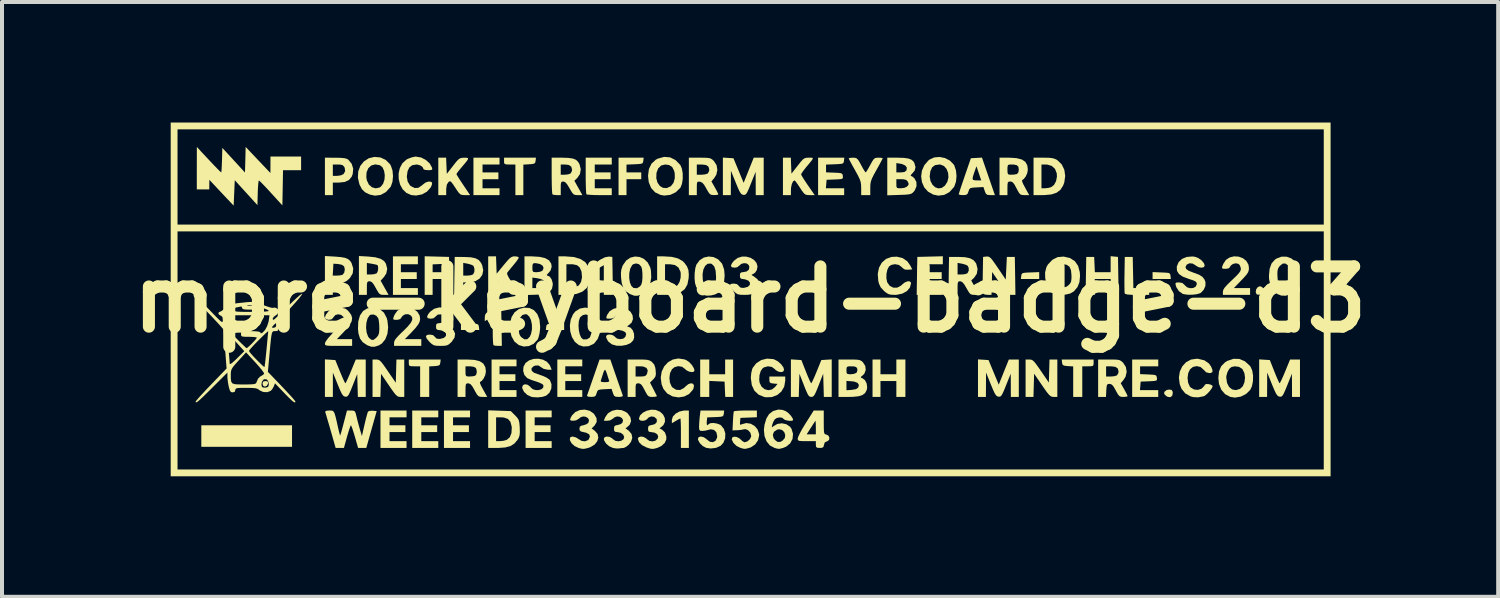
<source format=kicad_pcb>
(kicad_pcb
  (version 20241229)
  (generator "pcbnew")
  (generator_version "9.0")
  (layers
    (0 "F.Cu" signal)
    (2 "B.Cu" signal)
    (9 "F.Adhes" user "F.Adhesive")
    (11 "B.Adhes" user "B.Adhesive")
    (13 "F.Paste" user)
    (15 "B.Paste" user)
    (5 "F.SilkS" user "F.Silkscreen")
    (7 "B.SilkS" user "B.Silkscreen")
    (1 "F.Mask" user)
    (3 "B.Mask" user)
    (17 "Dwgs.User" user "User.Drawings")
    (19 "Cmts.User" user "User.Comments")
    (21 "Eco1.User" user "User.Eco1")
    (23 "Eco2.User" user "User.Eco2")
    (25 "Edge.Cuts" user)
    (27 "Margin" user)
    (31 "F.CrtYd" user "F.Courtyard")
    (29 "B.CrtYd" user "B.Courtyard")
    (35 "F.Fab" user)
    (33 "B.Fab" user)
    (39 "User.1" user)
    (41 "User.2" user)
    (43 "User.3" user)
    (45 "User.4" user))
  (footprint "mpre-keyboard-badge-d3"
    (layer "F.Cu")
    (at 15.621 4.403)
    (property "Reference" "mpre-keyboard-badge-d3" (at 0 0 0) (layer "F.SilkS") (effects (font (size 1.5 1.5) (thickness 0.3))))
    (attr board_only exclude_from_pos_files exclude_from_bom)
    (fp_poly (pts (xy -11.402 3.401) (xy -11.402 3.669) (xy -12.531 3.669) (xy -13.66 3.669) (xy -13.66 3.401) (xy -13.66 3.133) (xy -12.531 3.133) (xy -11.402 3.133)) (stroke (width 0) (type solid)) (fill yes) (layer "F.SilkS"))
    (fp_poly (pts (xy -12.01 2.041) (xy -11.998 2.078) (xy -12 2.095) (xy -12.026 2.148) (xy -12.073 2.171) (xy -12.116 2.155) (xy -12.133 2.113) (xy -12.136 2.084) (xy -12.117 2.043) (xy -12.063 2.032)) (stroke (width 0) (type solid)) (fill yes) (layer "F.SilkS"))
    (fp_poly (pts (xy -6.978 0.599) (xy -6.868 0.604) (xy -6.802 0.611) (xy -6.769 0.626) (xy -6.755 0.654) (xy -6.75 0.684) (xy -6.741 0.762) (xy -6.969 0.762) (xy -7.197 0.762) (xy -7.197 0.676) (xy -7.197 0.59)) (stroke (width 0) (type solid)) (fill yes) (layer "F.SilkS"))
    (fp_poly (pts (xy -4.628 0.676) (xy -4.628 0.762) (xy -4.856 0.762) (xy -5.084 0.762) (xy -5.075 0.684) (xy -5.068 0.645) (xy -5.05 0.622) (xy -5.01 0.609) (xy -4.934 0.602) (xy -4.847 0.599) (xy -4.628 0.59)) (stroke (width 0) (type solid)) (fill yes) (layer "F.SilkS"))
    (fp_poly (pts (xy 7.197 -0.594) (xy 7.197 -0.508) (xy 6.969 -0.508) (xy 6.741 -0.508) (xy 6.75 -0.586) (xy 6.757 -0.625) (xy 6.775 -0.648) (xy 6.816 -0.661) (xy 6.891 -0.668) (xy 6.978 -0.671) (xy 7.197 -0.68)) (stroke (width 0) (type solid)) (fill yes) (layer "F.SilkS"))
    (fp_poly (pts (xy 10.238 -0.671) (xy 10.348 -0.666) (xy 10.413 -0.659) (xy 10.447 -0.644) (xy 10.461 -0.616) (xy 10.465 -0.586) (xy 10.474 -0.508) (xy 10.247 -0.508) (xy 10.019 -0.508) (xy 10.019 -0.594) (xy 10.019 -0.68)) (stroke (width 0) (type solid)) (fill yes) (layer "F.SilkS"))
    (fp_poly (pts (xy 10.492 2.253) (xy 10.517 2.293) (xy 10.522 2.319) (xy 10.51 2.394) (xy 10.465 2.433) (xy 10.399 2.428) (xy 10.353 2.4) (xy 10.309 2.354) (xy 10.309 2.313) (xy 10.318 2.295) (xy 10.372 2.254) (xy 10.431 2.244)) (stroke (width 0) (type solid)) (fill yes) (layer "F.SilkS"))
    (fp_poly (pts (xy 12.745 -0.305) (xy 12.767 -0.285) (xy 12.806 -0.233) (xy 12.802 -0.188) (xy 12.796 -0.176) (xy 12.748 -0.138) (xy 12.681 -0.117) (xy 12.622 -0.121) (xy 12.607 -0.13) (xy 12.586 -0.186) (xy 12.599 -0.254) (xy 12.639 -0.307) (xy 12.647 -0.312) (xy 12.698 -0.328)) (stroke (width 0) (type solid)) (fill yes) (layer "F.SilkS"))
    (fp_poly (pts (xy 9.533 -0.67) (xy 9.541 -0.282) (xy 9.737 -0.282) (xy 9.934 -0.282) (xy 9.934 -0.198) (xy 9.934 -0.113) (xy 9.637 -0.113) (xy 9.491 -0.115) (xy 9.395 -0.122) (xy 9.342 -0.135) (xy 9.326 -0.149) (xy 9.321 -0.189) (xy 9.319 -0.275) (xy 9.318 -0.395) (xy 9.318 -0.54) (xy 9.32 -0.622) (xy 9.327 -1.058) (xy 9.426 -1.058) (xy 9.525 -1.058)) (stroke (width 0) (type solid)) (fill yes) (layer "F.SilkS"))
    (fp_poly (pts (xy -7.796 -1.066) (xy -7.493 -1.058) (xy -7.493 -0.974) (xy -7.493 -0.889) (xy -7.698 -0.881) (xy -7.902 -0.872) (xy -7.902 -0.775) (xy -7.902 -0.677) (xy -7.719 -0.677) (xy -7.535 -0.677) (xy -7.535 -0.593) (xy -7.535 -0.508) (xy -7.719 -0.508) (xy -7.902 -0.508) (xy -7.902 -0.31) (xy -7.902 -0.113) (xy -8.001 -0.113) (xy -8.1 -0.113) (xy -8.1 -0.594) (xy -8.1 -1.074)) (stroke (width 0) (type solid)) (fill yes) (layer "F.SilkS"))
    (fp_poly (pts (xy -7.71 1.573) (xy -7.721 1.621) (xy -7.749 1.645) (xy -7.812 1.657) (xy -7.853 1.66) (xy -7.987 1.668) (xy -7.987 2.048) (xy -7.987 2.427) (xy -8.1 2.427) (xy -8.213 2.427) (xy -8.213 2.046) (xy -8.213 1.665) (xy -8.354 1.665) (xy -8.437 1.663) (xy -8.479 1.652) (xy -8.493 1.622) (xy -8.495 1.58) (xy -8.495 1.496) (xy -8.098 1.496) (xy -7.701 1.496)) (stroke (width 0) (type solid)) (fill yes) (layer "F.SilkS"))
    (fp_poly (pts (xy -5.339 -3.45) (xy -5.349 -3.405) (xy -5.375 -3.38) (xy -5.432 -3.369) (xy -5.496 -3.364) (xy -5.644 -3.355) (xy -5.644 -2.976) (xy -5.644 -2.596) (xy -5.743 -2.596) (xy -5.842 -2.596) (xy -5.842 -2.977) (xy -5.842 -3.358) (xy -5.983 -3.358) (xy -6.067 -3.36) (xy -6.108 -3.372) (xy -6.123 -3.401) (xy -6.124 -3.443) (xy -6.124 -3.528) (xy -5.727 -3.528) (xy -5.33 -3.528)) (stroke (width 0) (type solid)) (fill yes) (layer "F.SilkS"))
    (fp_poly (pts (xy 8.551 1.58) (xy 8.548 1.631) (xy 8.529 1.656) (xy 8.48 1.664) (xy 8.41 1.665) (xy 8.269 1.665) (xy 8.269 2.046) (xy 8.269 2.427) (xy 8.156 2.427) (xy 8.043 2.427) (xy 8.043 2.048) (xy 8.043 1.668) (xy 7.909 1.66) (xy 7.828 1.651) (xy 7.786 1.634) (xy 7.77 1.597) (xy 7.766 1.573) (xy 7.757 1.496) (xy 8.154 1.496) (xy 8.551 1.496)) (stroke (width 0) (type solid)) (fill yes) (layer "F.SilkS"))
    (fp_poly (pts (xy -3.514 -1.066) (xy -3.429 -1.058) (xy -3.421 -0.586) (xy -3.414 -0.113) (xy -3.527 -0.113) (xy -3.641 -0.113) (xy -3.641 -0.483) (xy -3.641 -0.852) (xy -3.741 -0.793) (xy -3.806 -0.756) (xy -3.848 -0.735) (xy -3.854 -0.734) (xy -3.863 -0.758) (xy -3.866 -0.818) (xy -3.866 -0.818) (xy -3.858 -0.874) (xy -3.824 -0.921) (xy -3.754 -0.974) (xy -3.732 -0.988) (xy -3.612 -1.049) (xy -3.515 -1.066)) (stroke (width 0) (type solid)) (fill yes) (layer "F.SilkS"))
    (fp_poly (pts (xy -1.524 3.231) (xy -1.524 3.697) (xy -1.623 3.697) (xy -1.722 3.697) (xy -1.722 3.33) (xy -1.722 3.194) (xy -1.725 3.08) (xy -1.729 3) (xy -1.733 2.964) (xy -1.734 2.963) (xy -1.764 2.976) (xy -1.823 3.009) (xy -1.847 3.023) (xy -1.947 3.082) (xy -1.947 2.995) (xy -1.921 2.914) (xy -1.853 2.843) (xy -1.757 2.79) (xy -1.646 2.766) (xy -1.63 2.766) (xy -1.524 2.766)) (stroke (width 0) (type solid)) (fill yes) (layer "F.SilkS"))
    (fp_poly (pts (xy -6.273 0.203) (xy -6.195 0.212) (xy -6.187 0.684) (xy -6.179 1.157) (xy -6.274 1.157) (xy -6.344 1.152) (xy -6.386 1.14) (xy -6.388 1.138) (xy -6.395 1.104) (xy -6.401 1.025) (xy -6.405 0.913) (xy -6.406 0.779) (xy -6.406 0.769) (xy -6.406 0.419) (xy -6.505 0.48) (xy -6.604 0.541) (xy -6.604 0.447) (xy -6.597 0.386) (xy -6.567 0.339) (xy -6.502 0.289) (xy -6.478 0.273) (xy -6.368 0.218) (xy -6.279 0.202)) (stroke (width 0) (type solid)) (fill yes) (layer "F.SilkS"))
    (fp_poly (pts (xy -2.658 -3.45) (xy -2.665 -3.41) (xy -2.684 -3.386) (xy -2.727 -3.374) (xy -2.807 -3.367) (xy -2.872 -3.364) (xy -3.076 -3.356) (xy -3.076 -3.258) (xy -3.076 -3.161) (xy -2.893 -3.161) (xy -2.709 -3.161) (xy -2.709 -3.076) (xy -2.709 -2.992) (xy -2.893 -2.992) (xy -3.076 -2.992) (xy -3.076 -2.794) (xy -3.076 -2.596) (xy -3.175 -2.596) (xy -3.274 -2.596) (xy -3.274 -3.062) (xy -3.274 -3.528) (xy -2.961 -3.528) (xy -2.649 -3.528)) (stroke (width 0) (type solid)) (fill yes) (layer "F.SilkS"))
    (fp_poly (pts (xy -8.551 2.85) (xy -8.551 2.935) (xy -8.763 2.935) (xy -8.975 2.935) (xy -8.975 3.034) (xy -8.975 3.133) (xy -8.777 3.133) (xy -8.58 3.133) (xy -8.58 3.217) (xy -8.58 3.302) (xy -8.777 3.302) (xy -8.975 3.302) (xy -8.975 3.415) (xy -8.975 3.528) (xy -8.763 3.528) (xy -8.551 3.528) (xy -8.551 3.612) (xy -8.551 3.697) (xy -8.876 3.697) (xy -9.2 3.697) (xy -9.2 3.231) (xy -9.2 2.766) (xy -8.876 2.766) (xy -8.551 2.766)) (stroke (width 0) (type solid)) (fill yes) (layer "F.SilkS"))
    (fp_poly (pts (xy -8.269 -0.974) (xy -8.269 -0.875) (xy -8.481 -0.875) (xy -8.692 -0.875) (xy -8.692 -0.776) (xy -8.692 -0.677) (xy -8.495 -0.677) (xy -8.297 -0.677) (xy -8.297 -0.593) (xy -8.297 -0.508) (xy -8.495 -0.508) (xy -8.692 -0.508) (xy -8.692 -0.395) (xy -8.692 -0.282) (xy -8.481 -0.282) (xy -8.269 -0.282) (xy -8.269 -0.198) (xy -8.269 -0.113) (xy -8.58 -0.113) (xy -8.89 -0.113) (xy -8.89 -0.593) (xy -8.89 -1.072) (xy -8.58 -1.072) (xy -8.269 -1.072)) (stroke (width 0) (type solid)) (fill yes) (layer "F.SilkS"))
    (fp_poly (pts (xy -7.761 2.85) (xy -7.761 2.935) (xy -7.973 2.935) (xy -8.184 2.935) (xy -8.184 3.034) (xy -8.184 3.133) (xy -7.987 3.133) (xy -7.789 3.133) (xy -7.789 3.217) (xy -7.789 3.302) (xy -7.987 3.302) (xy -8.184 3.302) (xy -8.184 3.415) (xy -8.184 3.528) (xy -7.973 3.528) (xy -7.761 3.528) (xy -7.761 3.612) (xy -7.761 3.697) (xy -8.086 3.697) (xy -8.41 3.697) (xy -8.41 3.231) (xy -8.41 2.766) (xy -8.086 2.766) (xy -7.761 2.766)) (stroke (width 0) (type solid)) (fill yes) (layer "F.SilkS"))
    (fp_poly (pts (xy -6.971 2.85) (xy -6.971 2.935) (xy -7.183 2.935) (xy -7.394 2.935) (xy -7.394 3.034) (xy -7.394 3.133) (xy -7.197 3.133) (xy -6.999 3.133) (xy -6.999 3.217) (xy -6.999 3.302) (xy -7.197 3.302) (xy -7.394 3.302) (xy -7.394 3.415) (xy -7.394 3.528) (xy -7.183 3.528) (xy -6.971 3.528) (xy -6.971 3.612) (xy -6.971 3.697) (xy -7.295 3.697) (xy -7.62 3.697) (xy -7.62 3.231) (xy -7.62 2.766) (xy -7.295 2.766) (xy -6.971 2.766)) (stroke (width 0) (type solid)) (fill yes) (layer "F.SilkS"))
    (fp_poly (pts (xy -6.237 -3.443) (xy -6.237 -3.358) (xy -6.449 -3.358) (xy -6.66 -3.358) (xy -6.66 -3.26) (xy -6.66 -3.161) (xy -6.463 -3.161) (xy -6.265 -3.161) (xy -6.265 -3.076) (xy -6.265 -2.992) (xy -6.463 -2.992) (xy -6.66 -2.992) (xy -6.66 -2.879) (xy -6.66 -2.766) (xy -6.449 -2.766) (xy -6.237 -2.766) (xy -6.237 -2.681) (xy -6.237 -2.596) (xy -6.562 -2.596) (xy -6.886 -2.596) (xy -6.886 -3.062) (xy -6.886 -3.528) (xy -6.562 -3.528) (xy -6.237 -3.528)) (stroke (width 0) (type solid)) (fill yes) (layer "F.SilkS"))
    (fp_poly (pts (xy -5.814 1.58) (xy -5.814 1.665) (xy -6.025 1.665) (xy -6.237 1.665) (xy -6.237 1.764) (xy -6.237 1.863) (xy -6.04 1.863) (xy -5.842 1.863) (xy -5.842 1.947) (xy -5.842 2.032) (xy -6.04 2.032) (xy -6.237 2.032) (xy -6.237 2.145) (xy -6.237 2.258) (xy -6.025 2.258) (xy -5.814 2.258) (xy -5.814 2.342) (xy -5.814 2.427) (xy -6.124 2.427) (xy -6.435 2.427) (xy -6.435 1.961) (xy -6.435 1.496) (xy -6.124 1.496) (xy -5.814 1.496)) (stroke (width 0) (type solid)) (fill yes) (layer "F.SilkS"))
    (fp_poly (pts (xy -4.939 2.85) (xy -4.939 2.935) (xy -5.151 2.935) (xy -5.362 2.935) (xy -5.362 3.034) (xy -5.362 3.133) (xy -5.165 3.133) (xy -4.967 3.133) (xy -4.967 3.217) (xy -4.967 3.302) (xy -5.165 3.302) (xy -5.362 3.302) (xy -5.362 3.415) (xy -5.362 3.528) (xy -5.151 3.528) (xy -4.939 3.528) (xy -4.939 3.612) (xy -4.939 3.697) (xy -5.263 3.697) (xy -5.588 3.697) (xy -5.588 3.231) (xy -5.588 2.766) (xy -5.263 2.766) (xy -4.939 2.766)) (stroke (width 0) (type solid)) (fill yes) (layer "F.SilkS"))
    (fp_poly (pts (xy -4.177 1.58) (xy -4.177 1.665) (xy -4.389 1.665) (xy -4.6 1.665) (xy -4.6 1.764) (xy -4.6 1.863) (xy -4.403 1.863) (xy -4.205 1.863) (xy -4.205 1.947) (xy -4.205 2.032) (xy -4.403 2.032) (xy -4.6 2.032) (xy -4.6 2.145) (xy -4.6 2.258) (xy -4.389 2.258) (xy -4.177 2.258) (xy -4.177 2.342) (xy -4.177 2.427) (xy -4.487 2.427) (xy -4.798 2.427) (xy -4.798 1.961) (xy -4.798 1.496) (xy -4.487 1.496) (xy -4.177 1.496)) (stroke (width 0) (type solid)) (fill yes) (layer "F.SilkS"))
    (fp_poly (pts (xy -1.016 1.679) (xy -1.016 1.863) (xy -0.818 1.863) (xy -0.621 1.863) (xy -0.621 1.679) (xy -0.621 1.496) (xy -0.522 1.496) (xy -0.423 1.496) (xy -0.423 1.961) (xy -0.423 2.427) (xy -0.521 2.427) (xy -0.618 2.427) (xy -0.627 2.237) (xy -0.635 2.046) (xy -0.826 2.038) (xy -1.016 2.029) (xy -1.016 2.228) (xy -1.016 2.427) (xy -1.129 2.427) (xy -1.242 2.427) (xy -1.242 1.961) (xy -1.242 1.496) (xy -1.129 1.496) (xy -1.016 1.496)) (stroke (width 0) (type solid)) (fill yes) (layer "F.SilkS"))
    (fp_poly (pts (xy 3.246 1.679) (xy 3.246 1.863) (xy 3.443 1.863) (xy 3.641 1.863) (xy 3.641 1.679) (xy 3.641 1.496) (xy 3.754 1.496) (xy 3.866 1.496) (xy 3.866 1.961) (xy 3.866 2.427) (xy 3.754 2.427) (xy 3.641 2.427) (xy 3.641 2.23) (xy 3.641 2.032) (xy 3.443 2.032) (xy 3.246 2.032) (xy 3.246 2.23) (xy 3.246 2.427) (xy 3.147 2.427) (xy 3.048 2.427) (xy 3.048 1.961) (xy 3.048 1.496) (xy 3.147 1.496) (xy 3.246 1.496)) (stroke (width 0) (type solid)) (fill yes) (layer "F.SilkS"))
    (fp_poly (pts (xy 4.798 -0.975) (xy 4.798 -0.875) (xy 4.586 -0.875) (xy 4.374 -0.875) (xy 4.374 -0.776) (xy 4.374 -0.677) (xy 4.572 -0.677) (xy 4.77 -0.677) (xy 4.77 -0.593) (xy 4.77 -0.508) (xy 4.572 -0.508) (xy 4.374 -0.508) (xy 4.374 -0.395) (xy 4.374 -0.282) (xy 4.586 -0.282) (xy 4.798 -0.282) (xy 4.798 -0.198) (xy 4.798 -0.113) (xy 4.473 -0.113) (xy 4.147 -0.113) (xy 4.155 -0.586) (xy 4.163 -1.058) (xy 4.48 -1.066) (xy 4.798 -1.074)) (stroke (width 0) (type solid)) (fill yes) (layer "F.SilkS"))
    (fp_poly (pts (xy 9.066 -1.067) (xy 9.158 -1.058) (xy 9.166 -0.586) (xy 9.174 -0.113) (xy 9.074 -0.113) (xy 8.975 -0.113) (xy 8.975 -0.31) (xy 8.975 -0.508) (xy 8.777 -0.508) (xy 8.58 -0.508) (xy 8.58 -0.31) (xy 8.58 -0.113) (xy 8.466 -0.113) (xy 8.352 -0.113) (xy 8.36 -0.586) (xy 8.368 -1.058) (xy 8.467 -1.058) (xy 8.565 -1.058) (xy 8.574 -0.868) (xy 8.582 -0.677) (xy 8.778 -0.677) (xy 8.975 -0.677) (xy 8.975 -0.877) (xy 8.975 -1.076)) (stroke (width 0) (type solid)) (fill yes) (layer "F.SilkS"))
    (fp_poly (pts (xy -9.265 1.499) (xy -9.229 1.514) (xy -9.189 1.549) (xy -9.138 1.612) (xy -9.069 1.709) (xy -9.017 1.785) (xy -8.819 2.074) (xy -8.811 1.785) (xy -8.803 1.496) (xy -8.706 1.496) (xy -8.608 1.496) (xy -8.608 1.961) (xy -8.608 2.427) (xy -8.701 2.427) (xy -8.743 2.424) (xy -8.779 2.409) (xy -8.819 2.375) (xy -8.869 2.313) (xy -8.938 2.217) (xy -8.99 2.14) (xy -9.186 1.853) (xy -9.194 2.14) (xy -9.202 2.427) (xy -9.3 2.427) (xy -9.398 2.427) (xy -9.398 1.961) (xy -9.398 1.496) (xy -9.306 1.496)) (stroke (width 0) (type solid)) (fill yes) (layer "F.SilkS"))
    (fp_poly (pts (xy 6.993 1.499) (xy 7.03 1.514) (xy 7.069 1.548) (xy 7.119 1.61) (xy 7.188 1.706) (xy 7.241 1.783) (xy 7.437 2.07) (xy 7.445 1.783) (xy 7.453 1.496) (xy 7.55 1.496) (xy 7.648 1.496) (xy 7.648 1.961) (xy 7.648 2.427) (xy 7.556 2.427) (xy 7.516 2.423) (xy 7.479 2.407) (xy 7.439 2.371) (xy 7.387 2.308) (xy 7.317 2.21) (xy 7.267 2.137) (xy 7.07 1.849) (xy 7.062 2.138) (xy 7.054 2.427) (xy 6.956 2.427) (xy 6.858 2.427) (xy 6.858 1.961) (xy 6.858 1.496) (xy 6.951 1.496)) (stroke (width 0) (type solid)) (fill yes) (layer "F.SilkS"))
    (fp_poly (pts (xy 10.16 1.58) (xy 10.16 1.665) (xy 9.934 1.665) (xy 9.708 1.665) (xy 9.708 1.763) (xy 9.708 1.86) (xy 9.913 1.868) (xy 10.019 1.874) (xy 10.08 1.882) (xy 10.111 1.899) (xy 10.123 1.93) (xy 10.126 1.953) (xy 10.129 1.992) (xy 10.117 2.016) (xy 10.08 2.028) (xy 10.006 2.034) (xy 9.929 2.038) (xy 9.723 2.046) (xy 9.714 2.152) (xy 9.705 2.258) (xy 9.933 2.258) (xy 10.16 2.258) (xy 10.16 2.342) (xy 10.16 2.427) (xy 9.835 2.427) (xy 9.511 2.427) (xy 9.511 1.961) (xy 9.511 1.496) (xy 9.835 1.496) (xy 10.16 1.496)) (stroke (width 0) (type solid)) (fill yes) (layer "F.SilkS"))
    (fp_poly (pts (xy 14.45 0) (xy 14.45 4.403) (xy 0.014 4.403) (xy -14.422 4.403) (xy -14.422 0) (xy -14.422 -1.693) (xy -14.252 -1.693) (xy -14.252 1.27) (xy -14.252 4.233) (xy 0.014 4.233) (xy 14.28 4.233) (xy 14.28 1.27) (xy 14.28 -1.693) (xy 0.014 -1.693) (xy -14.252 -1.693) (xy -14.422 -1.693) (xy -14.422 -4.233) (xy -14.252 -4.233) (xy -14.252 -3.048) (xy -14.252 -1.863) (xy 0.014 -1.863) (xy 14.28 -1.863) (xy 14.28 -3.048) (xy 14.28 -4.233) (xy 0.014 -4.233) (xy -14.252 -4.233) (xy -14.422 -4.233) (xy -14.422 -4.403) (xy 0.014 -4.403) (xy 14.45 -4.403)) (stroke (width 0) (type solid)) (fill yes) (layer "F.SilkS"))
    (fp_poly (pts (xy -3.443 -3.443) (xy -3.443 -3.358) (xy -3.655 -3.358) (xy -3.866 -3.358) (xy -3.866 -3.26) (xy -3.866 -3.161) (xy -3.669 -3.161) (xy -3.471 -3.161) (xy -3.471 -3.076) (xy -3.471 -2.992) (xy -3.669 -2.992) (xy -3.866 -2.992) (xy -3.866 -2.879) (xy -3.866 -2.766) (xy -3.655 -2.766) (xy -3.443 -2.766) (xy -3.443 -2.681) (xy -3.443 -2.596) (xy -3.749 -2.596) (xy -3.875 -2.598) (xy -3.98 -2.603) (xy -4.05 -2.609) (xy -4.073 -2.615) (xy -4.08 -2.649) (xy -4.085 -2.728) (xy -4.089 -2.844) (xy -4.092 -2.987) (xy -4.092 -3.081) (xy -4.092 -3.528) (xy -3.768 -3.528) (xy -3.443 -3.528)) (stroke (width 0) (type solid)) (fill yes) (layer "F.SilkS"))
    (fp_poly (pts (xy -0.546 -3.522) (xy -0.414 -3.514) (xy -0.287 -3.208) (xy -0.16 -2.902) (xy -0.035 -3.215) (xy 0.091 -3.528) (xy 0.215 -3.528) (xy 0.339 -3.528) (xy 0.339 -3.062) (xy 0.339 -2.596) (xy 0.24 -2.596) (xy 0.141 -2.596) (xy 0.14 -2.886) (xy 0.138 -3.175) (xy 0.021 -2.884) (xy -0.03 -2.757) (xy -0.068 -2.674) (xy -0.098 -2.626) (xy -0.125 -2.605) (xy -0.155 -2.601) (xy -0.166 -2.602) (xy -0.2 -2.612) (xy -0.231 -2.639) (xy -0.264 -2.693) (xy -0.305 -2.781) (xy -0.357 -2.907) (xy -0.477 -3.203) (xy -0.478 -2.9) (xy -0.48 -2.596) (xy -0.579 -2.596) (xy -0.677 -2.596) (xy -0.677 -3.064) (xy -0.677 -3.531)) (stroke (width 0) (type solid)) (fill yes) (layer "F.SilkS"))
    (fp_poly (pts (xy 2.337 -3.45) (xy 2.33 -3.411) (xy 2.313 -3.387) (xy 2.272 -3.375) (xy 2.196 -3.368) (xy 2.11 -3.364) (xy 1.891 -3.356) (xy 1.891 -3.26) (xy 1.891 -3.163) (xy 2.095 -3.155) (xy 2.201 -3.15) (xy 2.263 -3.141) (xy 2.294 -3.124) (xy 2.306 -3.094) (xy 2.309 -3.07) (xy 2.311 -3.031) (xy 2.3 -3.008) (xy 2.263 -2.995) (xy 2.188 -2.989) (xy 2.111 -2.986) (xy 1.905 -2.977) (xy 1.896 -2.872) (xy 1.887 -2.766) (xy 2.115 -2.766) (xy 2.342 -2.766) (xy 2.342 -2.681) (xy 2.342 -2.596) (xy 2.018 -2.596) (xy 1.693 -2.596) (xy 1.693 -3.062) (xy 1.693 -3.528) (xy 2.02 -3.528) (xy 2.346 -3.528)) (stroke (width 0) (type solid)) (fill yes) (layer "F.SilkS"))
    (fp_poly (pts (xy 5.804 1.501) (xy 5.936 1.51) (xy 6.063 1.816) (xy 6.19 2.122) (xy 6.315 1.809) (xy 6.441 1.496) (xy 6.565 1.496) (xy 6.689 1.496) (xy 6.689 1.961) (xy 6.689 2.427) (xy 6.59 2.427) (xy 6.491 2.427) (xy 6.49 2.138) (xy 6.488 1.849) (xy 6.371 2.139) (xy 6.32 2.266) (xy 6.282 2.349) (xy 6.252 2.397) (xy 6.225 2.419) (xy 6.195 2.422) (xy 6.184 2.421) (xy 6.15 2.411) (xy 6.119 2.384) (xy 6.086 2.331) (xy 6.045 2.242) (xy 5.993 2.117) (xy 5.873 1.82) (xy 5.872 2.124) (xy 5.87 2.427) (xy 5.771 2.427) (xy 5.673 2.427) (xy 5.673 1.96) (xy 5.673 1.493)) (stroke (width 0) (type solid)) (fill yes) (layer "F.SilkS"))
    (fp_poly (pts (xy -4.607 -1.072) (xy -4.394 -1.056) (xy -4.226 -1.008) (xy -4.103 -0.928) (xy -4.023 -0.814) (xy -3.984 -0.664) (xy -3.979 -0.578) (xy -4 -0.415) (xy -4.064 -0.287) (xy -4.17 -0.195) (xy -4.32 -0.137) (xy -4.515 -0.114) (xy -4.551 -0.114) (xy -4.77 -0.113) (xy -4.77 -0.593) (xy -4.77 -0.875) (xy -4.572 -0.875) (xy -4.572 -0.575) (xy -4.572 -0.275) (xy -4.444 -0.289) (xy -4.353 -0.309) (xy -4.278 -0.341) (xy -4.261 -0.353) (xy -4.207 -0.436) (xy -4.184 -0.55) (xy -4.194 -0.676) (xy -4.202 -0.708) (xy -4.244 -0.8) (xy -4.31 -0.853) (xy -4.41 -0.874) (xy -4.457 -0.875) (xy -4.572 -0.875) (xy -4.77 -0.875) (xy -4.77 -1.072)) (stroke (width 0) (type solid)) (fill yes) (layer "F.SilkS"))
    (fp_poly (pts (xy 5.957 -1.055) (xy 5.995 -1.023) (xy 6.043 -0.964) (xy 6.11 -0.869) (xy 6.168 -0.785) (xy 6.364 -0.494) (xy 6.378 -0.776) (xy 6.392 -1.058) (xy 6.491 -1.058) (xy 6.59 -1.058) (xy 6.598 -0.586) (xy 6.605 -0.113) (xy 6.51 -0.113) (xy 6.468 -0.116) (xy 6.431 -0.13) (xy 6.392 -0.163) (xy 6.342 -0.224) (xy 6.275 -0.318) (xy 6.22 -0.398) (xy 6.025 -0.683) (xy 6.017 -0.398) (xy 6.009 -0.113) (xy 5.911 -0.113) (xy 5.841 -0.122) (xy 5.8 -0.146) (xy 5.798 -0.149) (xy 5.794 -0.189) (xy 5.791 -0.275) (xy 5.79 -0.395) (xy 5.791 -0.54) (xy 5.792 -0.622) (xy 5.8 -1.058) (xy 5.885 -1.067) (xy 5.923 -1.067)) (stroke (width 0) (type solid)) (fill yes) (layer "F.SilkS"))
    (fp_poly (pts (xy -1.957 -1.06) (xy -1.799 -1.022) (xy -1.682 -0.956) (xy -1.638 -0.915) (xy -1.571 -0.823) (xy -1.535 -0.731) (xy -1.525 -0.618) (xy -1.53 -0.525) (xy -1.56 -0.372) (xy -1.626 -0.256) (xy -1.731 -0.176) (xy -1.877 -0.129) (xy -2.069 -0.113) (xy -2.086 -0.113) (xy -2.314 -0.113) (xy -2.314 -0.593) (xy -2.314 -0.875) (xy -2.117 -0.875) (xy -2.117 -0.575) (xy -2.117 -0.275) (xy -1.987 -0.29) (xy -1.889 -0.311) (xy -1.815 -0.348) (xy -1.802 -0.358) (xy -1.755 -0.437) (xy -1.728 -0.545) (xy -1.727 -0.656) (xy -1.733 -0.691) (xy -1.783 -0.794) (xy -1.869 -0.855) (xy -1.99 -0.875) (xy -2.117 -0.875) (xy -2.314 -0.875) (xy -2.314 -1.072) (xy -2.16 -1.072)) (stroke (width 0) (type solid)) (fill yes) (layer "F.SilkS"))
    (fp_poly (pts (xy -10.322 -3.527) (xy -10.187 -3.524) (xy -10.095 -3.515) (xy -10.035 -3.498) (xy -10.001 -3.478) (xy -9.917 -3.376) (xy -9.879 -3.253) (xy -9.891 -3.121) (xy -9.918 -3.052) (xy -9.987 -2.97) (xy -10.093 -2.923) (xy -10.243 -2.907) (xy -10.246 -2.907) (xy -10.386 -2.907) (xy -10.386 -2.752) (xy -10.386 -2.596) (xy -10.485 -2.596) (xy -10.583 -2.596) (xy -10.583 -3.062) (xy -10.583 -3.358) (xy -10.386 -3.358) (xy -10.386 -3.217) (xy -10.386 -3.076) (xy -10.275 -3.076) (xy -10.188 -3.088) (xy -10.124 -3.117) (xy -10.12 -3.121) (xy -10.079 -3.191) (xy -10.09 -3.274) (xy -10.105 -3.304) (xy -10.141 -3.341) (xy -10.207 -3.357) (xy -10.26 -3.358) (xy -10.386 -3.358) (xy -10.583 -3.358) (xy -10.583 -3.528)) (stroke (width 0) (type solid)) (fill yes) (layer "F.SilkS"))
    (fp_poly (pts (xy -7.107 -1.056) (xy -6.949 -1.048) (xy -6.835 -1.024) (xy -6.755 -0.981) (xy -6.698 -0.911) (xy -6.669 -0.853) (xy -6.642 -0.727) (xy -6.665 -0.613) (xy -6.732 -0.519) (xy -6.837 -0.454) (xy -6.975 -0.424) (xy -7.006 -0.423) (xy -7.14 -0.423) (xy -7.14 -0.268) (xy -7.14 -0.113) (xy -7.254 -0.113) (xy -7.367 -0.113) (xy -7.36 -0.586) (xy -7.354 -0.909) (xy -7.14 -0.909) (xy -7.14 -0.751) (xy -7.14 -0.593) (xy -7.033 -0.593) (xy -6.954 -0.601) (xy -6.898 -0.622) (xy -6.892 -0.627) (xy -6.864 -0.685) (xy -6.861 -0.762) (xy -6.881 -0.826) (xy -6.893 -0.841) (xy -6.943 -0.865) (xy -7.02 -0.887) (xy -7.034 -0.89) (xy -7.14 -0.909) (xy -7.354 -0.909) (xy -7.352 -1.058)) (stroke (width 0) (type solid)) (fill yes) (layer "F.SilkS"))
    (fp_poly (pts (xy 7.434 -3.526) (xy 7.522 -3.517) (xy 7.586 -3.499) (xy 7.643 -3.469) (xy 7.651 -3.464) (xy 7.757 -3.361) (xy 7.822 -3.228) (xy 7.844 -3.075) (xy 7.822 -2.915) (xy 7.791 -2.831) (xy 7.724 -2.727) (xy 7.63 -2.656) (xy 7.5 -2.613) (xy 7.327 -2.597) (xy 7.282 -2.596) (xy 7.056 -2.596) (xy 7.056 -3.062) (xy 7.056 -3.358) (xy 7.253 -3.358) (xy 7.253 -3.062) (xy 7.253 -2.766) (xy 7.336 -2.766) (xy 7.426 -2.776) (xy 7.493 -2.794) (xy 7.565 -2.849) (xy 7.616 -2.942) (xy 7.638 -3.055) (xy 7.634 -3.136) (xy 7.59 -3.25) (xy 7.506 -3.325) (xy 7.389 -3.358) (xy 7.362 -3.358) (xy 7.253 -3.358) (xy 7.056 -3.358) (xy 7.056 -3.528) (xy 7.305 -3.528)) (stroke (width 0) (type solid)) (fill yes) (layer "F.SilkS"))
    (fp_poly (pts (xy -10.335 -1.066) (xy -10.182 -1.053) (xy -10.075 -1.033) (xy -10.001 -1) (xy -9.949 -0.951) (xy -9.92 -0.904) (xy -9.878 -0.771) (xy -9.891 -0.648) (xy -9.959 -0.535) (xy -9.974 -0.519) (xy -10.037 -0.463) (xy -10.094 -0.434) (xy -10.171 -0.424) (xy -10.228 -0.423) (xy -10.386 -0.423) (xy -10.386 -0.268) (xy -10.386 -0.113) (xy -10.485 -0.113) (xy -10.583 -0.113) (xy -10.583 -0.593) (xy -10.389 -0.593) (xy -10.281 -0.593) (xy -10.203 -0.599) (xy -10.147 -0.612) (xy -10.141 -0.615) (xy -10.102 -0.668) (xy -10.088 -0.745) (xy -10.103 -0.815) (xy -10.109 -0.826) (xy -10.167 -0.864) (xy -10.259 -0.882) (xy -10.372 -0.889) (xy -10.38 -0.741) (xy -10.389 -0.593) (xy -10.583 -0.593) (xy -10.583 -0.597) (xy -10.583 -1.08)) (stroke (width 0) (type solid)) (fill yes) (layer "F.SilkS"))
    (fp_poly (pts (xy -6.238 2.77) (xy -5.956 2.78) (xy -5.85 2.886) (xy -5.795 2.945) (xy -5.762 2.997) (xy -5.745 3.061) (xy -5.736 3.156) (xy -5.734 3.196) (xy -5.731 3.31) (xy -5.739 3.387) (xy -5.76 3.448) (xy -5.791 3.5) (xy -5.87 3.591) (xy -5.967 3.651) (xy -6.095 3.685) (xy -6.264 3.697) (xy -6.287 3.697) (xy -6.519 3.697) (xy -6.519 3.229) (xy -6.519 2.935) (xy -6.322 2.935) (xy -6.322 3.231) (xy -6.322 3.528) (xy -6.224 3.528) (xy -6.134 3.518) (xy -6.057 3.496) (xy -5.982 3.432) (xy -5.94 3.328) (xy -5.932 3.192) (xy -5.934 3.169) (xy -5.965 3.049) (xy -6.027 2.975) (xy -6.128 2.94) (xy -6.198 2.935) (xy -6.322 2.935) (xy -6.519 2.935) (xy -6.519 2.76)) (stroke (width 0) (type solid)) (fill yes) (layer "F.SilkS"))
    (fp_poly (pts (xy -10.453 1.501) (xy -10.324 1.51) (xy -10.207 1.799) (xy -10.158 1.915) (xy -10.117 2.009) (xy -10.087 2.07) (xy -10.074 2.088) (xy -10.058 2.064) (xy -10.026 1.997) (xy -9.982 1.9) (xy -9.937 1.792) (xy -9.815 1.496) (xy -9.691 1.496) (xy -9.567 1.496) (xy -9.567 1.961) (xy -9.567 2.427) (xy -9.665 2.427) (xy -9.763 2.427) (xy -9.771 2.143) (xy -9.779 1.859) (xy -9.892 2.144) (xy -9.943 2.27) (xy -9.98 2.351) (xy -10.009 2.398) (xy -10.036 2.418) (xy -10.067 2.422) (xy -10.075 2.421) (xy -10.109 2.411) (xy -10.139 2.384) (xy -10.172 2.331) (xy -10.213 2.242) (xy -10.265 2.117) (xy -10.385 1.82) (xy -10.385 2.124) (xy -10.386 2.427) (xy -10.485 2.427) (xy -10.583 2.427) (xy -10.583 1.96) (xy -10.583 1.493)) (stroke (width 0) (type solid)) (fill yes) (layer "F.SilkS"))
    (fp_poly (pts (xy 12.805 1.501) (xy 12.938 1.51) (xy 13.052 1.799) (xy 13.099 1.915) (xy 13.14 2.009) (xy 13.169 2.07) (xy 13.182 2.088) (xy 13.198 2.064) (xy 13.231 1.997) (xy 13.275 1.899) (xy 13.32 1.792) (xy 13.441 1.496) (xy 13.564 1.496) (xy 13.688 1.496) (xy 13.688 1.961) (xy 13.688 2.427) (xy 13.589 2.427) (xy 13.49 2.427) (xy 13.489 2.138) (xy 13.487 1.849) (xy 13.371 2.139) (xy 13.319 2.266) (xy 13.281 2.349) (xy 13.251 2.397) (xy 13.224 2.419) (xy 13.194 2.422) (xy 13.183 2.421) (xy 13.149 2.411) (xy 13.119 2.384) (xy 13.085 2.331) (xy 13.044 2.242) (xy 12.992 2.117) (xy 12.872 1.82) (xy 12.871 2.124) (xy 12.869 2.427) (xy 12.771 2.427) (xy 12.672 2.427) (xy 12.672 1.96) (xy 12.672 1.493)) (stroke (width 0) (type solid)) (fill yes) (layer "F.SilkS"))
    (fp_poly (pts (xy 2.032 1.96) (xy 2.032 2.427) (xy 1.934 2.427) (xy 1.836 2.427) (xy 1.828 2.138) (xy 1.82 1.849) (xy 1.707 2.138) (xy 1.656 2.266) (xy 1.619 2.349) (xy 1.589 2.398) (xy 1.56 2.421) (xy 1.528 2.427) (xy 1.524 2.427) (xy 1.491 2.422) (xy 1.462 2.401) (xy 1.433 2.356) (xy 1.396 2.276) (xy 1.346 2.153) (xy 1.341 2.138) (xy 1.228 1.849) (xy 1.22 2.138) (xy 1.212 2.427) (xy 1.114 2.427) (xy 1.016 2.427) (xy 1.016 1.96) (xy 1.016 1.493) (xy 1.147 1.501) (xy 1.277 1.51) (xy 1.391 1.799) (xy 1.438 1.916) (xy 1.479 2.01) (xy 1.509 2.071) (xy 1.522 2.088) (xy 1.538 2.064) (xy 1.571 1.997) (xy 1.614 1.9) (xy 1.656 1.799) (xy 1.773 1.51) (xy 1.902 1.501) (xy 2.032 1.493)) (stroke (width 0) (type solid)) (fill yes) (layer "F.SilkS"))
    (fp_poly (pts (xy 5.933 -3.063) (xy 6.094 -2.596) (xy 5.984 -2.596) (xy 5.911 -2.602) (xy 5.871 -2.628) (xy 5.844 -2.69) (xy 5.842 -2.697) (xy 5.809 -2.797) (xy 5.636 -2.788) (xy 5.54 -2.782) (xy 5.486 -2.77) (xy 5.457 -2.745) (xy 5.44 -2.698) (xy 5.437 -2.688) (xy 5.413 -2.628) (xy 5.376 -2.602) (xy 5.304 -2.596) (xy 5.302 -2.596) (xy 5.233 -2.601) (xy 5.196 -2.613) (xy 5.194 -2.618) (xy 5.203 -2.65) (xy 5.227 -2.727) (xy 5.264 -2.838) (xy 5.31 -2.974) (xy 5.322 -3.007) (xy 5.538 -3.007) (xy 5.552 -2.975) (xy 5.594 -2.965) (xy 5.643 -2.963) (xy 5.754 -2.963) (xy 5.694 -3.139) (xy 5.635 -3.315) (xy 5.585 -3.174) (xy 5.55 -3.07) (xy 5.538 -3.007) (xy 5.322 -3.007) (xy 5.345 -3.076) (xy 5.496 -3.514) (xy 5.634 -3.522) (xy 5.772 -3.53)) (stroke (width 0) (type solid)) (fill yes) (layer "F.SilkS"))
    (fp_poly (pts (xy -8.471 0.207) (xy -8.366 0.244) (xy -8.281 0.308) (xy -8.226 0.399) (xy -8.213 0.483) (xy -8.223 0.549) (xy -8.258 0.62) (xy -8.324 0.707) (xy -8.428 0.82) (xy -8.434 0.826) (xy -8.592 0.988) (xy -8.388 0.988) (xy -8.184 0.988) (xy -8.184 1.072) (xy -8.184 1.157) (xy -8.523 1.157) (xy -8.862 1.157) (xy -8.862 1.079) (xy -8.853 1.034) (xy -8.82 0.98) (xy -8.757 0.908) (xy -8.658 0.81) (xy -8.636 0.79) (xy -8.518 0.671) (xy -8.443 0.579) (xy -8.409 0.506) (xy -8.412 0.446) (xy -8.444 0.401) (xy -8.512 0.367) (xy -8.59 0.372) (xy -8.653 0.412) (xy -8.669 0.437) (xy -8.708 0.489) (xy -8.773 0.507) (xy -8.796 0.508) (xy -8.859 0.506) (xy -8.884 0.491) (xy -8.877 0.449) (xy -8.85 0.382) (xy -8.785 0.287) (xy -8.692 0.227) (xy -8.584 0.201)) (stroke (width 0) (type solid)) (fill yes) (layer "F.SilkS"))
    (fp_poly (pts (xy -5.494 0.213) (xy -5.38 0.268) (xy -5.295 0.367) (xy -5.242 0.504) (xy -5.225 0.677) (xy -5.228 0.748) (xy -5.243 0.856) (xy -5.267 0.95) (xy -5.289 1.001) (xy -5.385 1.103) (xy -5.504 1.161) (xy -5.634 1.173) (xy -5.756 1.137) (xy -5.866 1.049) (xy -5.939 0.918) (xy -5.974 0.765) (xy -5.974 0.679) (xy -5.757 0.679) (xy -5.755 0.789) (xy -5.744 0.859) (xy -5.721 0.909) (xy -5.688 0.946) (xy -5.613 0.995) (xy -5.544 0.989) (xy -5.484 0.93) (xy -5.452 0.858) (xy -5.429 0.744) (xy -5.431 0.625) (xy -5.454 0.516) (xy -5.496 0.428) (xy -5.551 0.376) (xy -5.589 0.367) (xy -5.669 0.389) (xy -5.723 0.455) (xy -5.752 0.569) (xy -5.757 0.679) (xy -5.974 0.679) (xy -5.975 0.589) (xy -5.936 0.438) (xy -5.861 0.319) (xy -5.753 0.239) (xy -5.634 0.205)) (stroke (width 0) (type solid)) (fill yes) (layer "F.SilkS"))
    (fp_poly (pts (xy -9.202 -3.534) (xy -9.069 -3.472) (xy -8.967 -3.37) (xy -8.942 -3.331) (xy -8.901 -3.21) (xy -8.888 -3.069) (xy -8.901 -2.93) (xy -8.941 -2.814) (xy -8.954 -2.794) (xy -9.065 -2.672) (xy -9.195 -2.601) (xy -9.338 -2.583) (xy -9.463 -2.609) (xy -9.582 -2.666) (xy -9.663 -2.745) (xy -9.724 -2.863) (xy -9.725 -2.868) (xy -9.763 -3.031) (xy -9.762 -3.04) (xy -9.553 -3.04) (xy -9.538 -2.961) (xy -9.489 -2.859) (xy -9.412 -2.791) (xy -9.321 -2.765) (xy -9.228 -2.784) (xy -9.194 -2.804) (xy -9.135 -2.879) (xy -9.101 -2.98) (xy -9.093 -3.093) (xy -9.11 -3.201) (xy -9.151 -3.289) (xy -9.216 -3.341) (xy -9.331 -3.361) (xy -9.429 -3.334) (xy -9.503 -3.266) (xy -9.546 -3.165) (xy -9.553 -3.04) (xy -9.762 -3.04) (xy -9.754 -3.186) (xy -9.702 -3.324) (xy -9.612 -3.436) (xy -9.49 -3.514) (xy -9.351 -3.547)) (stroke (width 0) (type solid)) (fill yes) (layer "F.SilkS"))
    (fp_poly (pts (xy -1.991 -3.536) (xy -1.857 -3.469) (xy -1.739 -3.349) (xy -1.737 -3.348) (xy -1.698 -3.258) (xy -1.677 -3.137) (xy -1.676 -3.003) (xy -1.695 -2.879) (xy -1.732 -2.784) (xy -1.739 -2.775) (xy -1.851 -2.667) (xy -1.988 -2.602) (xy -2.137 -2.585) (xy -2.23 -2.601) (xy -2.365 -2.666) (xy -2.463 -2.773) (xy -2.522 -2.917) (xy -2.534 -3.018) (xy -2.335 -3.018) (xy -2.305 -2.907) (xy -2.247 -2.825) (xy -2.168 -2.777) (xy -2.076 -2.771) (xy -1.979 -2.814) (xy -1.968 -2.822) (xy -1.905 -2.904) (xy -1.874 -3.017) (xy -1.876 -3.142) (xy -1.891 -3.203) (xy -1.94 -3.297) (xy -2.018 -3.346) (xy -2.115 -3.358) (xy -2.214 -3.333) (xy -2.288 -3.26) (xy -2.33 -3.149) (xy -2.335 -3.018) (xy -2.534 -3.018) (xy -2.54 -3.076) (xy -2.518 -3.246) (xy -2.453 -3.38) (xy -2.347 -3.478) (xy -2.294 -3.505) (xy -2.138 -3.548)) (stroke (width 0) (type solid)) (fill yes) (layer "F.SilkS"))
    (fp_poly (pts (xy 12.18 1.482) (xy 12.317 1.54) (xy 12.438 1.65) (xy 12.458 1.676) (xy 12.5 1.77) (xy 12.52 1.895) (xy 12.518 2.031) (xy 12.494 2.157) (xy 12.451 2.251) (xy 12.346 2.354) (xy 12.214 2.42) (xy 12.071 2.444) (xy 11.955 2.427) (xy 11.825 2.359) (xy 11.73 2.249) (xy 11.672 2.104) (xy 11.656 1.955) (xy 11.657 1.944) (xy 11.853 1.944) (xy 11.872 2.078) (xy 11.923 2.179) (xy 12 2.241) (xy 12.094 2.258) (xy 12.196 2.227) (xy 12.265 2.161) (xy 12.306 2.062) (xy 12.32 1.947) (xy 12.304 1.833) (xy 12.256 1.737) (xy 12.245 1.725) (xy 12.167 1.678) (xy 12.065 1.665) (xy 11.982 1.683) (xy 11.928 1.728) (xy 11.883 1.809) (xy 11.856 1.904) (xy 11.853 1.944) (xy 11.657 1.944) (xy 11.673 1.79) (xy 11.727 1.663) (xy 11.822 1.566) (xy 11.884 1.529) (xy 12.034 1.478)) (stroke (width 0) (type solid)) (fill yes) (layer "F.SilkS"))
    (fp_poly (pts (xy -7.558 -3.326) (xy -7.549 -3.125) (xy -7.394 -3.325) (xy -7.319 -3.421) (xy -7.265 -3.48) (xy -7.221 -3.511) (xy -7.175 -3.524) (xy -7.117 -3.527) (xy -7.056 -3.526) (xy -7.023 -3.518) (xy -7.02 -3.494) (xy -7.049 -3.447) (xy -7.111 -3.371) (xy -7.173 -3.298) (xy -7.239 -3.219) (xy -7.288 -3.156) (xy -7.309 -3.122) (xy -7.31 -3.121) (xy -7.295 -3.091) (xy -7.255 -3.025) (xy -7.196 -2.934) (xy -7.139 -2.849) (xy -6.969 -2.596) (xy -7.094 -2.596) (xy -7.158 -2.599) (xy -7.203 -2.611) (xy -7.243 -2.645) (xy -7.291 -2.709) (xy -7.338 -2.781) (xy -7.399 -2.872) (xy -7.439 -2.923) (xy -7.467 -2.941) (xy -7.493 -2.933) (xy -7.511 -2.917) (xy -7.548 -2.858) (xy -7.563 -2.763) (xy -7.564 -2.733) (xy -7.564 -2.596) (xy -7.662 -2.596) (xy -7.761 -2.596) (xy -7.761 -3.062) (xy -7.761 -3.528) (xy -7.664 -3.528) (xy -7.566 -3.528)) (stroke (width 0) (type solid)) (fill yes) (layer "F.SilkS"))
    (fp_poly (pts (xy -1.639 1.492) (xy -1.594 1.508) (xy -1.519 1.557) (xy -1.449 1.632) (xy -1.399 1.713) (xy -1.383 1.771) (xy -1.405 1.802) (xy -1.458 1.809) (xy -1.525 1.794) (xy -1.588 1.761) (xy -1.614 1.736) (xy -1.692 1.677) (xy -1.788 1.661) (xy -1.882 1.687) (xy -1.945 1.739) (xy -1.992 1.835) (xy -2.008 1.953) (xy -1.995 2.07) (xy -1.953 2.167) (xy -1.935 2.189) (xy -1.841 2.249) (xy -1.743 2.255) (xy -1.648 2.207) (xy -1.614 2.173) (xy -1.539 2.11) (xy -1.471 2.087) (xy -1.419 2.101) (xy -1.396 2.146) (xy -1.41 2.219) (xy -1.427 2.252) (xy -1.517 2.353) (xy -1.639 2.417) (xy -1.78 2.439) (xy -1.926 2.415) (xy -1.933 2.413) (xy -2.065 2.34) (xy -2.158 2.226) (xy -2.203 2.111) (xy -2.224 1.946) (xy -2.2 1.796) (xy -2.137 1.666) (xy -2.043 1.564) (xy -1.925 1.497) (xy -1.788 1.47)) (stroke (width 0) (type solid)) (fill yes) (layer "F.SilkS"))
    (fp_poly (pts (xy 1.554 -3.524) (xy 1.562 -3.507) (xy 1.543 -3.471) (xy 1.493 -3.407) (xy 1.41 -3.309) (xy 1.39 -3.285) (xy 1.329 -3.207) (xy 1.286 -3.145) (xy 1.27 -3.113) (xy 1.285 -3.08) (xy 1.326 -3.011) (xy 1.387 -2.918) (xy 1.439 -2.841) (xy 1.609 -2.596) (xy 1.485 -2.596) (xy 1.421 -2.599) (xy 1.376 -2.612) (xy 1.336 -2.645) (xy 1.288 -2.71) (xy 1.242 -2.78) (xy 1.184 -2.867) (xy 1.137 -2.931) (xy 1.11 -2.962) (xy 1.108 -2.963) (xy 1.07 -2.938) (xy 1.039 -2.872) (xy 1.02 -2.781) (xy 1.017 -2.731) (xy 1.016 -2.596) (xy 0.917 -2.596) (xy 0.818 -2.596) (xy 0.818 -3.062) (xy 0.818 -3.528) (xy 0.916 -3.528) (xy 1.014 -3.528) (xy 1.022 -3.329) (xy 1.03 -3.131) (xy 1.185 -3.329) (xy 1.26 -3.424) (xy 1.313 -3.483) (xy 1.357 -3.513) (xy 1.403 -3.526) (xy 1.463 -3.528) (xy 1.52 -3.528)) (stroke (width 0) (type solid)) (fill yes) (layer "F.SilkS"))
    (fp_poly (pts (xy 3.799 -1.028) (xy 3.914 -0.948) (xy 3.987 -0.845) (xy 4.036 -0.748) (xy 3.936 -0.739) (xy 3.855 -0.743) (xy 3.798 -0.779) (xy 3.778 -0.803) (xy 3.703 -0.858) (xy 3.608 -0.877) (xy 3.515 -0.859) (xy 3.458 -0.82) (xy 3.418 -0.743) (xy 3.395 -0.637) (xy 3.393 -0.523) (xy 3.413 -0.427) (xy 3.476 -0.338) (xy 3.563 -0.293) (xy 3.661 -0.293) (xy 3.756 -0.342) (xy 3.782 -0.367) (xy 3.85 -0.422) (xy 3.919 -0.45) (xy 3.976 -0.449) (xy 4.005 -0.417) (xy 4.007 -0.402) (xy 3.978 -0.295) (xy 3.904 -0.207) (xy 3.792 -0.145) (xy 3.651 -0.115) (xy 3.605 -0.113) (xy 3.506 -0.117) (xy 3.438 -0.135) (xy 3.375 -0.176) (xy 3.332 -0.213) (xy 3.253 -0.298) (xy 3.209 -0.39) (xy 3.191 -0.46) (xy 3.178 -0.635) (xy 3.209 -0.789) (xy 3.279 -0.915) (xy 3.383 -1.007) (xy 3.516 -1.057) (xy 3.65 -1.064)) (stroke (width 0) (type solid)) (fill yes) (layer "F.SilkS"))
    (fp_poly (pts (xy 4.851 -3.519) (xy 4.973 -3.456) (xy 5.066 -3.362) (xy 5.085 -3.331) (xy 5.125 -3.21) (xy 5.139 -3.069) (xy 5.125 -2.93) (xy 5.085 -2.814) (xy 5.073 -2.794) (xy 4.962 -2.671) (xy 4.831 -2.601) (xy 4.686 -2.583) (xy 4.558 -2.61) (xy 4.429 -2.683) (xy 4.335 -2.789) (xy 4.278 -2.919) (xy 4.259 -3.058) (xy 4.471 -3.058) (xy 4.491 -2.947) (xy 4.539 -2.856) (xy 4.607 -2.792) (xy 4.687 -2.763) (xy 4.772 -2.776) (xy 4.85 -2.832) (xy 4.912 -2.93) (xy 4.938 -3.04) (xy 4.929 -3.15) (xy 4.891 -3.248) (xy 4.826 -3.321) (xy 4.737 -3.357) (xy 4.711 -3.358) (xy 4.603 -3.342) (xy 4.532 -3.288) (xy 4.487 -3.189) (xy 4.486 -3.183) (xy 4.471 -3.058) (xy 4.259 -3.058) (xy 4.258 -3.061) (xy 4.278 -3.206) (xy 4.338 -3.342) (xy 4.439 -3.459) (xy 4.465 -3.48) (xy 4.582 -3.534) (xy 4.715 -3.546)) (stroke (width 0) (type solid)) (fill yes) (layer "F.SilkS"))
    (fp_poly (pts (xy 12.161 -1.065) (xy 12.265 -1.027) (xy 12.35 -0.961) (xy 12.405 -0.867) (xy 12.418 -0.782) (xy 12.413 -0.725) (xy 12.396 -0.674) (xy 12.357 -0.616) (xy 12.289 -0.539) (xy 12.23 -0.477) (xy 12.042 -0.282) (xy 12.244 -0.282) (xy 12.446 -0.282) (xy 12.446 -0.198) (xy 12.446 -0.113) (xy 12.107 -0.113) (xy 11.769 -0.113) (xy 11.769 -0.19) (xy 11.778 -0.236) (xy 11.811 -0.291) (xy 11.875 -0.363) (xy 11.974 -0.461) (xy 11.997 -0.482) (xy 12.099 -0.58) (xy 12.165 -0.65) (xy 12.201 -0.701) (xy 12.216 -0.743) (xy 12.216 -0.775) (xy 12.194 -0.844) (xy 12.161 -0.883) (xy 12.092 -0.9) (xy 12.018 -0.882) (xy 11.962 -0.839) (xy 11.952 -0.818) (xy 11.921 -0.777) (xy 11.855 -0.762) (xy 11.837 -0.762) (xy 11.773 -0.764) (xy 11.747 -0.779) (xy 11.753 -0.821) (xy 11.781 -0.888) (xy 11.846 -0.985) (xy 11.94 -1.046) (xy 12.048 -1.072)) (stroke (width 0) (type solid)) (fill yes) (layer "F.SilkS"))
    (fp_poly (pts (xy -3.969 0.228) (xy -3.942 0.239) (xy -3.846 0.314) (xy -3.777 0.426) (xy -3.737 0.561) (xy -3.725 0.708) (xy -3.744 0.853) (xy -3.793 0.984) (xy -3.873 1.088) (xy -3.895 1.106) (xy -4.018 1.164) (xy -4.151 1.172) (xy -4.262 1.137) (xy -4.362 1.056) (xy -4.434 0.938) (xy -4.476 0.798) (xy -4.486 0.649) (xy -4.271 0.649) (xy -4.263 0.764) (xy -4.24 0.869) (xy -4.205 0.95) (xy -4.159 0.993) (xy -4.153 0.995) (xy -4.064 0.994) (xy -3.997 0.956) (xy -3.982 0.935) (xy -3.948 0.832) (xy -3.935 0.709) (xy -3.943 0.585) (xy -3.97 0.476) (xy -4.015 0.401) (xy -4.022 0.395) (xy -4.086 0.374) (xy -4.162 0.39) (xy -4.223 0.437) (xy -4.235 0.454) (xy -4.263 0.541) (xy -4.271 0.649) (xy -4.486 0.649) (xy -4.486 0.648) (xy -4.464 0.501) (xy -4.407 0.371) (xy -4.35 0.3) (xy -4.236 0.227) (xy -4.104 0.203)) (stroke (width 0) (type solid)) (fill yes) (layer "F.SilkS"))
    (fp_poly (pts (xy 7.806 -1.066) (xy 7.963 -1.03) (xy 8.083 -0.953) (xy 8.165 -0.835) (xy 8.207 -0.677) (xy 8.213 -0.58) (xy 8.198 -0.427) (xy 8.149 -0.306) (xy 8.059 -0.199) (xy 8.059 -0.199) (xy 7.967 -0.146) (xy 7.845 -0.118) (xy 7.713 -0.117) (xy 7.592 -0.144) (xy 7.54 -0.169) (xy 7.448 -0.257) (xy 7.383 -0.381) (xy 7.347 -0.524) (xy 7.346 -0.557) (xy 7.551 -0.557) (xy 7.574 -0.443) (xy 7.626 -0.355) (xy 7.699 -0.301) (xy 7.786 -0.288) (xy 7.881 -0.32) (xy 7.922 -0.35) (xy 7.967 -0.396) (xy 7.991 -0.446) (xy 8 -0.52) (xy 8.001 -0.587) (xy 7.989 -0.723) (xy 7.951 -0.813) (xy 7.882 -0.862) (xy 7.79 -0.875) (xy 7.681 -0.859) (xy 7.61 -0.805) (xy 7.567 -0.707) (xy 7.563 -0.691) (xy 7.551 -0.557) (xy 7.346 -0.557) (xy 7.343 -0.67) (xy 7.376 -0.802) (xy 7.413 -0.869) (xy 7.527 -0.988) (xy 7.656 -1.053) (xy 7.803 -1.066)) (stroke (width 0) (type solid)) (fill yes) (layer "F.SilkS"))
    (fp_poly (pts (xy -10.145 0.214) (xy -10.082 0.227) (xy -10.034 0.257) (xy -9.988 0.304) (xy -9.929 0.385) (xy -9.905 0.463) (xy -9.918 0.546) (xy -9.971 0.642) (xy -10.067 0.759) (xy -10.142 0.84) (xy -10.285 0.988) (xy -10.096 0.988) (xy -9.906 0.988) (xy -9.906 1.072) (xy -9.906 1.157) (xy -10.245 1.157) (xy -10.387 1.157) (xy -10.483 1.154) (xy -10.541 1.148) (xy -10.571 1.136) (xy -10.582 1.118) (xy -10.583 1.095) (xy -10.562 1.044) (xy -10.5 0.96) (xy -10.401 0.849) (xy -10.343 0.789) (xy -10.251 0.691) (xy -10.174 0.604) (xy -10.123 0.539) (xy -10.104 0.503) (xy -10.104 0.503) (xy -10.126 0.431) (xy -10.182 0.385) (xy -10.254 0.37) (xy -10.323 0.389) (xy -10.371 0.445) (xy -10.411 0.493) (xy -10.483 0.508) (xy -10.491 0.508) (xy -10.561 0.493) (xy -10.584 0.45) (xy -10.559 0.38) (xy -10.501 0.304) (xy -10.45 0.252) (xy -10.401 0.225) (xy -10.335 0.214) (xy -10.245 0.212)) (stroke (width 0) (type solid)) (fill yes) (layer "F.SilkS"))
    (fp_poly (pts (xy -9.504 -1.067) (xy -9.326 -1.048) (xy -9.197 -1.011) (xy -9.11 -0.955) (xy -9.065 -0.89) (xy -9.032 -0.763) (xy -9.055 -0.646) (xy -9.113 -0.558) (xy -9.196 -0.466) (xy -9.097 -0.289) (xy -8.998 -0.113) (xy -9.112 -0.113) (xy -9.173 -0.116) (xy -9.216 -0.131) (xy -9.252 -0.171) (xy -9.296 -0.246) (xy -9.316 -0.282) (xy -9.371 -0.378) (xy -9.415 -0.43) (xy -9.457 -0.45) (xy -9.472 -0.452) (xy -9.509 -0.447) (xy -9.529 -0.426) (xy -9.538 -0.375) (xy -9.539 -0.282) (xy -9.539 -0.113) (xy -9.638 -0.113) (xy -9.737 -0.113) (xy -9.737 -0.596) (xy -9.737 -0.908) (xy -9.539 -0.908) (xy -9.539 -0.764) (xy -9.539 -0.621) (xy -9.432 -0.621) (xy -9.353 -0.629) (xy -9.296 -0.65) (xy -9.291 -0.655) (xy -9.267 -0.703) (xy -9.257 -0.771) (xy -9.263 -0.831) (xy -9.278 -0.856) (xy -9.317 -0.868) (xy -9.389 -0.883) (xy -9.419 -0.888) (xy -9.539 -0.908) (xy -9.737 -0.908) (xy -9.737 -1.08)) (stroke (width 0) (type solid)) (fill yes) (layer "F.SilkS"))
    (fp_poly (pts (xy -9.349 0.205) (xy -9.214 0.245) (xy -9.113 0.331) (xy -9.045 0.461) (xy -9.028 0.523) (xy -9.009 0.696) (xy -9.027 0.856) (xy -9.08 0.993) (xy -9.164 1.096) (xy -9.242 1.145) (xy -9.345 1.178) (xy -9.429 1.178) (xy -9.522 1.144) (xy -9.537 1.136) (xy -9.642 1.065) (xy -9.71 0.973) (xy -9.748 0.848) (xy -9.76 0.737) (xy -9.759 0.702) (xy -9.559 0.702) (xy -9.545 0.824) (xy -9.509 0.924) (xy -9.481 0.962) (xy -9.424 1.006) (xy -9.375 1.007) (xy -9.315 0.963) (xy -9.298 0.947) (xy -9.257 0.896) (xy -9.236 0.836) (xy -9.229 0.747) (xy -9.229 0.709) (xy -9.233 0.604) (xy -9.245 0.512) (xy -9.256 0.468) (xy -9.303 0.407) (xy -9.373 0.375) (xy -9.445 0.381) (xy -9.469 0.395) (xy -9.52 0.47) (xy -9.55 0.578) (xy -9.559 0.702) (xy -9.759 0.702) (xy -9.753 0.549) (xy -9.71 0.399) (xy -9.634 0.289) (xy -9.526 0.223) (xy -9.391 0.202)) (stroke (width 0) (type solid)) (fill yes) (layer "F.SilkS"))
    (fp_poly (pts (xy -2.747 -1.056) (xy -2.638 -1.005) (xy -2.547 -0.918) (xy -2.485 -0.796) (xy -2.468 -0.722) (xy -2.46 -0.544) (xy -2.488 -0.384) (xy -2.549 -0.252) (xy -2.639 -0.157) (xy -2.695 -0.125) (xy -2.797 -0.092) (xy -2.881 -0.092) (xy -2.974 -0.126) (xy -2.99 -0.134) (xy -3.09 -0.201) (xy -3.157 -0.288) (xy -3.195 -0.407) (xy -3.21 -0.531) (xy -3.211 -0.535) (xy -3.009 -0.535) (xy -2.992 -0.424) (xy -2.955 -0.335) (xy -2.901 -0.285) (xy -2.898 -0.284) (xy -2.813 -0.279) (xy -2.739 -0.325) (xy -2.708 -0.37) (xy -2.688 -0.439) (xy -2.679 -0.541) (xy -2.68 -0.654) (xy -2.69 -0.755) (xy -2.709 -0.817) (xy -2.766 -0.877) (xy -2.841 -0.896) (xy -2.914 -0.873) (xy -2.938 -0.85) (xy -2.984 -0.763) (xy -3.007 -0.653) (xy -3.009 -0.535) (xy -3.211 -0.535) (xy -3.215 -0.651) (xy -3.206 -0.738) (xy -3.181 -0.818) (xy -3.163 -0.856) (xy -3.082 -0.97) (xy -2.979 -1.04) (xy -2.864 -1.068)) (stroke (width 0) (type solid)) (fill yes) (layer "F.SilkS"))
    (fp_poly (pts (xy 11.154 1.479) (xy 11.308 1.516) (xy 11.42 1.593) (xy 11.474 1.668) (xy 11.51 1.757) (xy 11.507 1.81) (xy 11.462 1.833) (xy 11.432 1.834) (xy 11.354 1.815) (xy 11.289 1.75) (xy 11.289 1.75) (xy 11.211 1.682) (xy 11.116 1.66) (xy 11.021 1.682) (xy 10.952 1.739) (xy 10.906 1.835) (xy 10.89 1.953) (xy 10.903 2.07) (xy 10.945 2.167) (xy 10.963 2.189) (xy 11.05 2.242) (xy 11.148 2.252) (xy 11.238 2.222) (xy 11.306 2.154) (xy 11.321 2.124) (xy 11.353 2.106) (xy 11.412 2.108) (xy 11.473 2.124) (xy 11.511 2.15) (xy 11.515 2.161) (xy 11.495 2.209) (xy 11.447 2.275) (xy 11.386 2.342) (xy 11.326 2.393) (xy 11.294 2.41) (xy 11.152 2.438) (xy 11.033 2.432) (xy 10.964 2.413) (xy 10.832 2.339) (xy 10.74 2.226) (xy 10.695 2.111) (xy 10.674 1.947) (xy 10.697 1.796) (xy 10.759 1.665) (xy 10.854 1.562) (xy 10.976 1.497) (xy 11.119 1.476)) (stroke (width 0) (type solid)) (fill yes) (layer "F.SilkS"))
    (fp_poly (pts (xy 3.263 -3.525) (xy 3.3 -3.517) (xy 3.302 -3.514) (xy 3.289 -3.486) (xy 3.254 -3.419) (xy 3.202 -3.323) (xy 3.147 -3.225) (xy 3.078 -3.1) (xy 3.033 -3.009) (xy 3.007 -2.936) (xy 2.995 -2.867) (xy 2.992 -2.788) (xy 2.992 -2.773) (xy 2.992 -2.596) (xy 2.879 -2.596) (xy 2.766 -2.596) (xy 2.766 -2.771) (xy 2.763 -2.853) (xy 2.753 -2.922) (xy 2.729 -2.993) (xy 2.687 -3.081) (xy 2.621 -3.201) (xy 2.611 -3.22) (xy 2.548 -3.331) (xy 2.498 -3.424) (xy 2.465 -3.488) (xy 2.455 -3.511) (xy 2.48 -3.522) (xy 2.542 -3.527) (xy 2.561 -3.528) (xy 2.617 -3.524) (xy 2.657 -3.508) (xy 2.694 -3.468) (xy 2.738 -3.394) (xy 2.764 -3.344) (xy 2.813 -3.255) (xy 2.853 -3.19) (xy 2.876 -3.162) (xy 2.877 -3.161) (xy 2.897 -3.184) (xy 2.935 -3.245) (xy 2.983 -3.331) (xy 2.99 -3.345) (xy 3.042 -3.439) (xy 3.08 -3.494) (xy 3.117 -3.52) (xy 3.164 -3.527) (xy 3.195 -3.528)) (stroke (width 0) (type solid)) (fill yes) (layer "F.SilkS"))
    (fp_poly (pts (xy -8.19 -3.533) (xy -8.07 -3.471) (xy -7.973 -3.382) (xy -7.918 -3.281) (xy -7.911 -3.24) (xy -7.931 -3.222) (xy -7.991 -3.217) (xy -8.013 -3.217) (xy -8.085 -3.223) (xy -8.125 -3.237) (xy -8.128 -3.244) (xy -8.153 -3.295) (xy -8.214 -3.338) (xy -8.291 -3.358) (xy -8.301 -3.358) (xy -8.41 -3.341) (xy -8.483 -3.284) (xy -8.526 -3.191) (xy -8.545 -3.056) (xy -8.524 -2.934) (xy -8.466 -2.839) (xy -8.448 -2.823) (xy -8.35 -2.773) (xy -8.257 -2.778) (xy -8.166 -2.84) (xy -8.156 -2.85) (xy -8.083 -2.907) (xy -8.006 -2.934) (xy -7.942 -2.929) (xy -7.916 -2.906) (xy -7.917 -2.865) (xy -7.943 -2.8) (xy -7.95 -2.787) (xy -8.043 -2.682) (xy -8.169 -2.613) (xy -8.314 -2.586) (xy -8.433 -2.597) (xy -8.555 -2.651) (xy -8.649 -2.742) (xy -8.713 -2.861) (xy -8.746 -2.996) (xy -8.749 -3.137) (xy -8.718 -3.271) (xy -8.655 -3.389) (xy -8.556 -3.479) (xy -8.514 -3.501) (xy -8.423 -3.535) (xy -8.339 -3.554) (xy -8.318 -3.555)) (stroke (width 0) (type solid)) (fill yes) (layer "F.SilkS"))
    (fp_poly (pts (xy -6.316 -0.857) (xy -6.308 -0.641) (xy -6.131 -0.857) (xy -6.047 -0.957) (xy -5.987 -1.021) (xy -5.939 -1.055) (xy -5.895 -1.07) (xy -5.856 -1.072) (xy -5.791 -1.065) (xy -5.758 -1.045) (xy -5.757 -1.041) (xy -5.775 -1.006) (xy -5.82 -0.941) (xy -5.885 -0.861) (xy -5.894 -0.85) (xy -5.963 -0.768) (xy -6.018 -0.7) (xy -6.048 -0.66) (xy -6.049 -0.658) (xy -6.044 -0.621) (xy -6.011 -0.551) (xy -5.957 -0.464) (xy -5.945 -0.446) (xy -5.878 -0.348) (xy -5.816 -0.258) (xy -5.774 -0.193) (xy -5.772 -0.191) (xy -5.723 -0.113) (xy -5.846 -0.113) (xy -5.909 -0.116) (xy -5.954 -0.129) (xy -5.995 -0.163) (xy -6.043 -0.228) (xy -6.091 -0.3) (xy -6.152 -0.392) (xy -6.193 -0.443) (xy -6.221 -0.461) (xy -6.246 -0.453) (xy -6.267 -0.436) (xy -6.306 -0.378) (xy -6.321 -0.288) (xy -6.322 -0.25) (xy -6.322 -0.113) (xy -6.421 -0.113) (xy -6.519 -0.113) (xy -6.519 -0.593) (xy -6.519 -1.072) (xy -6.422 -1.072) (xy -6.324 -1.072)) (stroke (width 0) (type solid)) (fill yes) (layer "F.SilkS"))
    (fp_poly (pts (xy -0.91 -1.054) (xy -0.797 -0.999) (xy -0.708 -0.903) (xy -0.69 -0.873) (xy -0.646 -0.743) (xy -0.633 -0.594) (xy -0.647 -0.444) (xy -0.688 -0.308) (xy -0.752 -0.2) (xy -0.793 -0.163) (xy -0.874 -0.123) (xy -0.977 -0.098) (xy -1.076 -0.093) (xy -1.129 -0.103) (xy -1.205 -0.152) (xy -1.284 -0.23) (xy -1.343 -0.316) (xy -1.37 -0.406) (xy -1.382 -0.528) (xy -1.38 -0.63) (xy -1.183 -0.63) (xy -1.178 -0.496) (xy -1.173 -0.466) (xy -1.143 -0.379) (xy -1.094 -0.305) (xy -1.039 -0.26) (xy -1.015 -0.254) (xy -0.976 -0.272) (xy -0.922 -0.317) (xy -0.916 -0.323) (xy -0.875 -0.374) (xy -0.854 -0.433) (xy -0.847 -0.522) (xy -0.847 -0.562) (xy -0.858 -0.717) (xy -0.893 -0.823) (xy -0.952 -0.882) (xy -0.981 -0.893) (xy -1.057 -0.887) (xy -1.118 -0.835) (xy -1.162 -0.746) (xy -1.183 -0.63) (xy -1.38 -0.63) (xy -1.379 -0.662) (xy -1.362 -0.785) (xy -1.336 -0.867) (xy -1.257 -0.974) (xy -1.152 -1.042) (xy -1.032 -1.068)) (stroke (width 0) (type solid)) (fill yes) (layer "F.SilkS"))
    (fp_poly (pts (xy 1.834 3.06) (xy 1.835 3.192) (xy 1.838 3.277) (xy 1.846 3.327) (xy 1.861 3.352) (xy 1.886 3.362) (xy 1.898 3.364) (xy 1.951 3.391) (xy 1.974 3.442) (xy 1.967 3.495) (xy 1.927 3.53) (xy 1.914 3.533) (xy 1.86 3.559) (xy 1.84 3.619) (xy 1.826 3.673) (xy 1.789 3.694) (xy 1.734 3.697) (xy 1.668 3.692) (xy 1.642 3.667) (xy 1.637 3.612) (xy 1.637 3.528) (xy 1.411 3.528) (xy 1.299 3.527) (xy 1.232 3.522) (xy 1.198 3.51) (xy 1.187 3.487) (xy 1.185 3.462) (xy 1.2 3.414) (xy 1.227 3.358) (xy 1.409 3.358) (xy 1.523 3.358) (xy 1.637 3.358) (xy 1.637 3.184) (xy 1.635 3.096) (xy 1.631 3.038) (xy 1.626 3.022) (xy 1.607 3.05) (xy 1.566 3.113) (xy 1.513 3.196) (xy 1.512 3.196) (xy 1.409 3.358) (xy 1.227 3.358) (xy 1.24 3.331) (xy 1.299 3.222) (xy 1.373 3.1) (xy 1.385 3.081) (xy 1.584 2.766) (xy 1.709 2.766) (xy 1.834 2.766)) (stroke (width 0) (type solid)) (fill yes) (layer "F.SilkS"))
    (fp_poly (pts (xy 0.57 1.485) (xy 0.603 1.494) (xy 0.691 1.541) (xy 0.771 1.611) (xy 0.828 1.689) (xy 0.847 1.752) (xy 0.825 1.795) (xy 0.772 1.81) (xy 0.705 1.798) (xy 0.64 1.761) (xy 0.616 1.736) (xy 0.54 1.68) (xy 0.443 1.665) (xy 0.346 1.692) (xy 0.312 1.715) (xy 0.265 1.782) (xy 0.235 1.883) (xy 0.227 1.996) (xy 0.237 2.073) (xy 0.285 2.171) (xy 0.361 2.235) (xy 0.452 2.26) (xy 0.544 2.242) (xy 0.622 2.18) (xy 0.683 2.103) (xy 0.581 2.094) (xy 0.513 2.083) (xy 0.485 2.056) (xy 0.48 2.002) (xy 0.48 1.919) (xy 0.677 1.919) (xy 0.875 1.919) (xy 0.875 2.025) (xy 0.85 2.171) (xy 0.78 2.292) (xy 0.675 2.381) (xy 0.543 2.431) (xy 0.394 2.436) (xy 0.352 2.428) (xy 0.211 2.37) (xy 0.107 2.272) (xy 0.043 2.134) (xy 0.019 1.96) (xy 0.019 1.947) (xy 0.029 1.833) (xy 0.053 1.732) (xy 0.066 1.703) (xy 0.155 1.588) (xy 0.278 1.51) (xy 0.42 1.474)) (stroke (width 0) (type solid)) (fill yes) (layer "F.SilkS"))
    (fp_poly (pts (xy 13.358 -1.063) (xy 13.478 -1.018) (xy 13.575 -0.934) (xy 13.621 -0.857) (xy 13.644 -0.772) (xy 13.659 -0.66) (xy 13.663 -0.578) (xy 13.645 -0.399) (xy 13.59 -0.259) (xy 13.501 -0.16) (xy 13.452 -0.131) (xy 13.331 -0.091) (xy 13.221 -0.096) (xy 13.125 -0.134) (xy 13.02 -0.219) (xy 12.951 -0.345) (xy 12.918 -0.512) (xy 12.916 -0.592) (xy 12.92 -0.635) (xy 13.125 -0.635) (xy 13.129 -0.554) (xy 13.138 -0.444) (xy 13.154 -0.374) (xy 13.182 -0.328) (xy 13.205 -0.307) (xy 13.265 -0.265) (xy 13.311 -0.261) (xy 13.366 -0.296) (xy 13.381 -0.308) (xy 13.416 -0.342) (xy 13.436 -0.385) (xy 13.445 -0.452) (xy 13.448 -0.558) (xy 13.448 -0.573) (xy 13.445 -0.693) (xy 13.433 -0.771) (xy 13.41 -0.824) (xy 13.394 -0.844) (xy 13.323 -0.895) (xy 13.253 -0.89) (xy 13.182 -0.829) (xy 13.179 -0.826) (xy 13.146 -0.774) (xy 13.129 -0.717) (xy 13.125 -0.635) (xy 12.92 -0.635) (xy 12.933 -0.764) (xy 12.981 -0.895) (xy 13.064 -0.99) (xy 13.104 -1.017) (xy 13.229 -1.064)) (stroke (width 0) (type solid)) (fill yes) (layer "F.SilkS"))
    (fp_poly (pts (xy -12.248 -3.471) (xy -11.94 -3.147) (xy -11.939 -3.351) (xy -11.938 -3.556) (xy -11.557 -3.556) (xy -11.176 -3.556) (xy -11.176 -3.387) (xy -11.176 -3.217) (xy -11.401 -3.217) (xy -11.626 -3.217) (xy -11.634 -2.779) (xy -11.642 -2.34) (xy -11.924 -2.649) (xy -12.024 -2.758) (xy -12.112 -2.851) (xy -12.179 -2.919) (xy -12.219 -2.956) (xy -12.226 -2.961) (xy -12.235 -2.936) (xy -12.244 -2.865) (xy -12.251 -2.761) (xy -12.255 -2.655) (xy -12.263 -2.347) (xy -12.545 -2.657) (xy -12.827 -2.967) (xy -12.841 -2.65) (xy -12.855 -2.334) (xy -13.158 -2.655) (xy -13.46 -2.977) (xy -13.461 -2.857) (xy -13.462 -2.738) (xy -13.617 -2.738) (xy -13.772 -2.738) (xy -13.772 -3.267) (xy -13.771 -3.796) (xy -13.654 -3.669) (xy -13.542 -3.549) (xy -13.434 -3.434) (xy -13.335 -3.33) (xy -13.253 -3.245) (xy -13.194 -3.187) (xy -13.165 -3.161) (xy -13.164 -3.161) (xy -13.159 -3.187) (xy -13.154 -3.258) (xy -13.149 -3.363) (xy -13.145 -3.467) (xy -13.137 -3.772) (xy -12.855 -3.466) (xy -12.573 -3.159) (xy -12.564 -3.477) (xy -12.556 -3.796)) (stroke (width 0) (type solid)) (fill yes) (layer "F.SilkS"))
    (fp_poly (pts (xy -6.859 1.506) (xy -6.726 1.54) (xy -6.638 1.6) (xy -6.589 1.688) (xy -6.576 1.795) (xy -6.591 1.88) (xy -6.63 1.965) (xy -6.679 2.028) (xy -6.703 2.042) (xy -6.723 2.058) (xy -6.721 2.091) (xy -6.695 2.151) (xy -6.645 2.243) (xy -6.543 2.427) (xy -6.656 2.427) (xy -6.718 2.424) (xy -6.76 2.409) (xy -6.797 2.369) (xy -6.841 2.294) (xy -6.86 2.258) (xy -6.915 2.162) (xy -6.959 2.11) (xy -7.002 2.09) (xy -7.017 2.088) (xy -7.054 2.093) (xy -7.074 2.114) (xy -7.082 2.165) (xy -7.084 2.258) (xy -7.084 2.427) (xy -7.183 2.427) (xy -7.281 2.427) (xy -7.281 1.961) (xy -7.281 1.665) (xy -7.084 1.665) (xy -7.084 1.792) (xy -7.082 1.87) (xy -7.067 1.907) (xy -7.029 1.918) (xy -6.987 1.919) (xy -6.907 1.914) (xy -6.848 1.902) (xy -6.846 1.902) (xy -6.813 1.863) (xy -6.802 1.797) (xy -6.815 1.73) (xy -6.835 1.699) (xy -6.884 1.677) (xy -6.961 1.665) (xy -6.977 1.665) (xy -7.084 1.665) (xy -7.281 1.665) (xy -7.281 1.496) (xy -7.04 1.496)) (stroke (width 0) (type solid)) (fill yes) (layer "F.SilkS"))
    (fp_poly (pts (xy -4.528 -3.523) (xy -4.414 -3.507) (xy -4.335 -3.476) (xy -4.281 -3.425) (xy -4.246 -3.366) (xy -4.214 -3.241) (xy -4.234 -3.122) (xy -4.303 -3.02) (xy -4.304 -3.02) (xy -4.374 -2.954) (xy -4.274 -2.775) (xy -4.174 -2.596) (xy -4.287 -2.596) (xy -4.349 -2.599) (xy -4.391 -2.615) (xy -4.428 -2.655) (xy -4.474 -2.73) (xy -4.493 -2.765) (xy -4.552 -2.862) (xy -4.599 -2.916) (xy -4.642 -2.934) (xy -4.65 -2.935) (xy -4.685 -2.93) (xy -4.704 -2.908) (xy -4.712 -2.854) (xy -4.713 -2.766) (xy -4.713 -2.596) (xy -4.807 -2.596) (xy -4.877 -2.602) (xy -4.919 -2.614) (xy -4.92 -2.615) (xy -4.926 -2.649) (xy -4.932 -2.728) (xy -4.936 -2.844) (xy -4.938 -2.987) (xy -4.939 -3.081) (xy -4.939 -3.358) (xy -4.713 -3.358) (xy -4.713 -3.231) (xy -4.713 -3.104) (xy -4.606 -3.104) (xy -4.527 -3.113) (xy -4.47 -3.134) (xy -4.465 -3.138) (xy -4.436 -3.193) (xy -4.431 -3.231) (xy -4.451 -3.306) (xy -4.515 -3.347) (xy -4.606 -3.358) (xy -4.713 -3.358) (xy -4.939 -3.358) (xy -4.939 -3.528) (xy -4.686 -3.528)) (stroke (width 0) (type solid)) (fill yes) (layer "F.SilkS"))
    (fp_poly (pts (xy 9.061 1.497) (xy 9.145 1.501) (xy 9.2 1.513) (xy 9.241 1.536) (xy 9.281 1.572) (xy 9.287 1.578) (xy 9.354 1.682) (xy 9.374 1.802) (xy 9.347 1.922) (xy 9.298 2) (xy 9.226 2.085) (xy 9.312 2.237) (xy 9.357 2.32) (xy 9.388 2.382) (xy 9.398 2.408) (xy 9.373 2.42) (xy 9.311 2.427) (xy 9.292 2.427) (xy 9.233 2.424) (xy 9.192 2.405) (xy 9.155 2.361) (xy 9.109 2.279) (xy 9.102 2.265) (xy 9.05 2.173) (xy 9.008 2.123) (xy 8.965 2.104) (xy 8.946 2.103) (xy 8.906 2.107) (xy 8.884 2.129) (xy 8.873 2.182) (xy 8.867 2.265) (xy 8.859 2.427) (xy 8.762 2.427) (xy 8.664 2.427) (xy 8.664 1.961) (xy 8.664 1.665) (xy 8.862 1.665) (xy 8.862 1.792) (xy 8.862 1.919) (xy 8.983 1.919) (xy 9.066 1.912) (xy 9.127 1.893) (xy 9.138 1.885) (xy 9.167 1.83) (xy 9.172 1.792) (xy 9.153 1.72) (xy 9.094 1.679) (xy 8.988 1.665) (xy 8.983 1.665) (xy 8.862 1.665) (xy 8.664 1.665) (xy 8.664 1.496) (xy 8.935 1.496)) (stroke (width 0) (type solid)) (fill yes) (layer "F.SilkS"))
    (fp_poly (pts (xy -2.653 1.497) (xy -2.567 1.503) (xy -2.509 1.517) (xy -2.465 1.54) (xy -2.439 1.561) (xy -2.387 1.621) (xy -2.359 1.701) (xy -2.35 1.77) (xy -2.345 1.861) (xy -2.357 1.92) (xy -2.392 1.97) (xy -2.413 1.992) (xy -2.491 2.07) (xy -2.41 2.227) (xy -2.366 2.313) (xy -2.333 2.378) (xy -2.32 2.406) (xy -2.338 2.419) (xy -2.396 2.426) (xy -2.424 2.427) (xy -2.487 2.425) (xy -2.529 2.409) (xy -2.564 2.37) (xy -2.605 2.296) (xy -2.625 2.258) (xy -2.676 2.164) (xy -2.717 2.112) (xy -2.757 2.091) (xy -2.78 2.088) (xy -2.819 2.092) (xy -2.84 2.112) (xy -2.849 2.161) (xy -2.85 2.253) (xy -2.85 2.258) (xy -2.85 2.427) (xy -2.949 2.427) (xy -3.048 2.427) (xy -3.048 1.961) (xy -3.048 1.665) (xy -2.85 1.665) (xy -2.85 1.792) (xy -2.85 1.919) (xy -2.723 1.919) (xy -2.639 1.914) (xy -2.592 1.893) (xy -2.565 1.852) (xy -2.547 1.767) (xy -2.579 1.705) (xy -2.657 1.671) (xy -2.724 1.665) (xy -2.85 1.665) (xy -3.048 1.665) (xy -3.048 1.496) (xy -2.781 1.496)) (stroke (width 0) (type solid)) (fill yes) (layer "F.SilkS"))
    (fp_poly (pts (xy -1.127 -3.527) (xy -1.044 -3.522) (xy -0.988 -3.51) (xy -0.948 -3.488) (xy -0.908 -3.452) (xy -0.901 -3.445) (xy -0.834 -3.342) (xy -0.814 -3.222) (xy -0.842 -3.101) (xy -0.89 -3.024) (xy -0.962 -2.938) (xy -0.876 -2.786) (xy -0.831 -2.704) (xy -0.8 -2.641) (xy -0.79 -2.615) (xy -0.815 -2.603) (xy -0.877 -2.597) (xy -0.896 -2.597) (xy -0.955 -2.601) (xy -0.997 -2.619) (xy -1.034 -2.664) (xy -1.082 -2.746) (xy -1.089 -2.759) (xy -1.144 -2.854) (xy -1.191 -2.906) (xy -1.24 -2.928) (xy -1.251 -2.93) (xy -1.293 -2.932) (xy -1.315 -2.918) (xy -1.324 -2.876) (xy -1.326 -2.792) (xy -1.326 -2.768) (xy -1.326 -2.596) (xy -1.425 -2.596) (xy -1.524 -2.596) (xy -1.524 -3.062) (xy -1.524 -3.358) (xy -1.326 -3.358) (xy -1.326 -3.231) (xy -1.326 -3.104) (xy -1.205 -3.104) (xy -1.122 -3.112) (xy -1.061 -3.131) (xy -1.05 -3.138) (xy -1.022 -3.193) (xy -1.016 -3.231) (xy -1.035 -3.304) (xy -1.094 -3.345) (xy -1.2 -3.358) (xy -1.205 -3.358) (xy -1.326 -3.358) (xy -1.524 -3.358) (xy -1.524 -3.528) (xy -1.254 -3.528)) (stroke (width 0) (type solid)) (fill yes) (layer "F.SilkS"))
    (fp_poly (pts (xy 5.348 -1.051) (xy 5.472 -1.025) (xy 5.559 -0.979) (xy 5.619 -0.908) (xy 5.631 -0.884) (xy 5.663 -0.759) (xy 5.644 -0.639) (xy 5.576 -0.538) (xy 5.574 -0.537) (xy 5.505 -0.472) (xy 5.605 -0.292) (xy 5.706 -0.113) (xy 5.592 -0.113) (xy 5.531 -0.116) (xy 5.488 -0.131) (xy 5.451 -0.171) (xy 5.406 -0.246) (xy 5.386 -0.282) (xy 5.328 -0.379) (xy 5.281 -0.432) (xy 5.238 -0.451) (xy 5.229 -0.452) (xy 5.193 -0.447) (xy 5.174 -0.425) (xy 5.166 -0.371) (xy 5.165 -0.282) (xy 5.165 -0.113) (xy 5.065 -0.113) (xy 4.994 -0.122) (xy 4.953 -0.146) (xy 4.951 -0.149) (xy 4.947 -0.189) (xy 4.944 -0.275) (xy 4.943 -0.395) (xy 4.944 -0.54) (xy 4.945 -0.622) (xy 4.95 -0.909) (xy 5.165 -0.909) (xy 5.165 -0.765) (xy 5.165 -0.621) (xy 5.272 -0.621) (xy 5.351 -0.629) (xy 5.407 -0.65) (xy 5.413 -0.655) (xy 5.443 -0.716) (xy 5.441 -0.789) (xy 5.412 -0.841) (xy 5.362 -0.865) (xy 5.285 -0.887) (xy 5.271 -0.89) (xy 5.165 -0.909) (xy 4.95 -0.909) (xy 4.953 -1.058) (xy 5.179 -1.058)) (stroke (width 0) (type solid)) (fill yes) (layer "F.SilkS"))
    (fp_poly (pts (xy -0.654 2.843) (xy -0.662 2.884) (xy -0.681 2.908) (xy -0.724 2.92) (xy -0.805 2.927) (xy -0.865 2.929) (xy -1.067 2.937) (xy -1.078 3.035) (xy -1.079 3.106) (xy -1.063 3.133) (xy -1.035 3.111) (xy -1.03 3.104) (xy -0.986 3.08) (xy -0.91 3.076) (xy -0.824 3.09) (xy -0.747 3.119) (xy -0.724 3.134) (xy -0.651 3.225) (xy -0.616 3.338) (xy -0.621 3.458) (xy -0.664 3.568) (xy -0.734 3.644) (xy -0.847 3.695) (xy -0.982 3.711) (xy -1.092 3.695) (xy -1.178 3.65) (xy -1.25 3.579) (xy -1.293 3.501) (xy -1.298 3.468) (xy -1.277 3.426) (xy -1.225 3.413) (xy -1.158 3.428) (xy -1.093 3.47) (xy -1.078 3.485) (xy -1.001 3.543) (xy -0.924 3.553) (xy -0.86 3.519) (xy -0.823 3.446) (xy -0.818 3.4) (xy -0.84 3.307) (xy -0.898 3.248) (xy -0.98 3.233) (xy -1.028 3.245) (xy -1.117 3.267) (xy -1.187 3.274) (xy -1.242 3.269) (xy -1.265 3.242) (xy -1.27 3.178) (xy -1.27 3.168) (xy -1.266 3.075) (xy -1.257 2.962) (xy -1.252 2.914) (xy -1.234 2.766) (xy -0.94 2.766) (xy -0.645 2.766)) (stroke (width 0) (type solid)) (fill yes) (layer "F.SilkS"))
    (fp_poly (pts (xy 6.631 -3.517) (xy 6.764 -3.483) (xy 6.852 -3.424) (xy 6.901 -3.335) (xy 6.914 -3.229) (xy 6.899 -3.144) (xy 6.862 -3.06) (xy 6.813 -2.997) (xy 6.789 -2.982) (xy 6.77 -2.965) (xy 6.774 -2.93) (xy 6.801 -2.866) (xy 6.847 -2.781) (xy 6.948 -2.596) (xy 6.833 -2.596) (xy 6.77 -2.599) (xy 6.728 -2.614) (xy 6.693 -2.653) (xy 6.652 -2.727) (xy 6.632 -2.766) (xy 6.581 -2.86) (xy 6.54 -2.912) (xy 6.5 -2.933) (xy 6.477 -2.935) (xy 6.438 -2.931) (xy 6.417 -2.912) (xy 6.408 -2.863) (xy 6.406 -2.771) (xy 6.406 -2.766) (xy 6.406 -2.596) (xy 6.308 -2.596) (xy 6.209 -2.596) (xy 6.209 -3.062) (xy 6.209 -3.231) (xy 6.406 -3.231) (xy 6.409 -3.153) (xy 6.423 -3.116) (xy 6.461 -3.105) (xy 6.503 -3.104) (xy 6.583 -3.109) (xy 6.643 -3.121) (xy 6.644 -3.122) (xy 6.679 -3.164) (xy 6.689 -3.231) (xy 6.679 -3.301) (xy 6.641 -3.34) (xy 6.565 -3.357) (xy 6.503 -3.358) (xy 6.444 -3.356) (xy 6.416 -3.337) (xy 6.407 -3.287) (xy 6.406 -3.231) (xy 6.209 -3.231) (xy 6.209 -3.528) (xy 6.45 -3.528)) (stroke (width 0) (type solid)) (fill yes) (layer "F.SilkS"))
    (fp_poly (pts (xy -3.33 1.926) (xy -3.279 2.074) (xy -3.233 2.205) (xy -3.197 2.308) (xy -3.174 2.374) (xy -3.168 2.392) (xy -3.179 2.416) (xy -3.24 2.427) (xy -3.269 2.427) (xy -3.344 2.422) (xy -3.384 2.399) (xy -3.411 2.341) (xy -3.415 2.327) (xy -3.448 2.227) (xy -3.621 2.235) (xy -3.717 2.242) (xy -3.771 2.253) (xy -3.8 2.279) (xy -3.817 2.325) (xy -3.82 2.335) (xy -3.843 2.395) (xy -3.879 2.421) (xy -3.949 2.427) (xy -3.958 2.427) (xy -4.034 2.42) (xy -4.059 2.4) (xy -4.058 2.392) (xy -4.045 2.354) (xy -4.016 2.273) (xy -3.977 2.159) (xy -3.929 2.021) (xy -3.716 2.021) (xy -3.712 2.047) (xy -3.667 2.058) (xy -3.612 2.06) (xy -3.537 2.056) (xy -3.507 2.039) (xy -3.509 2.021) (xy -3.526 1.97) (xy -3.551 1.891) (xy -3.558 1.866) (xy -3.584 1.795) (xy -3.606 1.754) (xy -3.612 1.75) (xy -3.632 1.774) (xy -3.657 1.835) (xy -3.666 1.866) (xy -3.692 1.947) (xy -3.712 2.01) (xy -3.716 2.021) (xy -3.929 2.021) (xy -3.929 2.02) (xy -3.896 1.926) (xy -3.747 1.496) (xy -3.613 1.496) (xy -3.479 1.496)) (stroke (width 0) (type solid)) (fill yes) (layer "F.SilkS"))
    (fp_poly (pts (xy 0.169 2.849) (xy 0.169 2.933) (xy -0.035 2.941) (xy -0.24 2.949) (xy -0.249 3.043) (xy -0.252 3.105) (xy -0.238 3.121) (xy -0.201 3.106) (xy -0.093 3.077) (xy 0.016 3.094) (xy 0.114 3.151) (xy 0.187 3.238) (xy 0.224 3.348) (xy 0.226 3.382) (xy 0.199 3.505) (xy 0.127 3.61) (xy 0.019 3.682) (xy -0.023 3.696) (xy -0.093 3.715) (xy -0.137 3.72) (xy -0.184 3.712) (xy -0.241 3.695) (xy -0.336 3.648) (xy -0.413 3.574) (xy -0.455 3.492) (xy -0.456 3.485) (xy -0.444 3.437) (xy -0.399 3.417) (xy -0.334 3.424) (xy -0.267 3.458) (xy -0.239 3.483) (xy -0.184 3.532) (xy -0.138 3.556) (xy -0.135 3.556) (xy -0.064 3.533) (xy -0.003 3.477) (xy 0.028 3.409) (xy 0.028 3.399) (xy 0.008 3.321) (xy -0.044 3.26) (xy -0.11 3.229) (xy -0.151 3.233) (xy -0.219 3.247) (xy -0.309 3.256) (xy -0.325 3.256) (xy -0.437 3.26) (xy -0.427 3.034) (xy -0.421 2.926) (xy -0.413 2.84) (xy -0.406 2.791) (xy -0.404 2.787) (xy -0.373 2.778) (xy -0.297 2.771) (xy -0.19 2.767) (xy -0.111 2.766) (xy 0.169 2.766)) (stroke (width 0) (type solid)) (fill yes) (layer "F.SilkS"))
    (fp_poly (pts (xy 2.598 1.497) (xy 2.683 1.502) (xy 2.738 1.514) (xy 2.778 1.536) (xy 2.809 1.565) (xy 2.867 1.655) (xy 2.879 1.754) (xy 2.847 1.844) (xy 2.807 1.887) (xy 2.76 1.926) (xy 2.756 1.946) (xy 2.791 1.96) (xy 2.796 1.962) (xy 2.859 2.009) (xy 2.901 2.09) (xy 2.915 2.187) (xy 2.903 2.256) (xy 2.863 2.33) (xy 2.798 2.38) (xy 2.7 2.411) (xy 2.559 2.425) (xy 2.457 2.427) (xy 2.201 2.427) (xy 2.201 2.029) (xy 2.399 2.029) (xy 2.399 2.145) (xy 2.399 2.261) (xy 2.53 2.252) (xy 2.638 2.233) (xy 2.692 2.194) (xy 2.709 2.129) (xy 2.676 2.078) (xy 2.595 2.046) (xy 2.53 2.038) (xy 2.399 2.029) (xy 2.201 2.029) (xy 2.201 1.961) (xy 2.201 1.764) (xy 2.399 1.764) (xy 2.403 1.828) (xy 2.424 1.856) (xy 2.481 1.863) (xy 2.508 1.863) (xy 2.59 1.852) (xy 2.646 1.827) (xy 2.652 1.822) (xy 2.672 1.763) (xy 2.667 1.723) (xy 2.644 1.686) (xy 2.595 1.669) (xy 2.524 1.665) (xy 2.447 1.667) (xy 2.41 1.682) (xy 2.4 1.722) (xy 2.399 1.764) (xy 2.201 1.764) (xy 2.201 1.496) (xy 2.471 1.496)) (stroke (width 0) (type solid)) (fill yes) (layer "F.SilkS"))
    (fp_poly (pts (xy -5.44 -1.072) (xy -5.245 -1.06) (xy -5.099 -1.027) (xy -5.002 -0.97) (xy -4.95 -0.888) (xy -4.939 -0.814) (xy -4.966 -0.72) (xy -5.014 -0.662) (xy -5.058 -0.615) (xy -5.057 -0.595) (xy -5.043 -0.593) (xy -4.987 -0.567) (xy -4.941 -0.501) (xy -4.914 -0.41) (xy -4.911 -0.366) (xy -4.931 -0.265) (xy -4.983 -0.195) (xy -5.023 -0.163) (xy -5.069 -0.142) (xy -5.134 -0.129) (xy -5.232 -0.122) (xy -5.336 -0.117) (xy -5.616 -0.108) (xy -5.616 -0.544) (xy -5.419 -0.544) (xy -5.419 -0.413) (xy -5.419 -0.282) (xy -5.318 -0.282) (xy -5.233 -0.29) (xy -5.166 -0.31) (xy -5.163 -0.311) (xy -5.116 -0.363) (xy -5.115 -0.428) (xy -5.149 -0.479) (xy -5.203 -0.505) (xy -5.284 -0.525) (xy -5.305 -0.528) (xy -5.419 -0.544) (xy -5.616 -0.544) (xy -5.616 -0.59) (xy -5.616 -0.79) (xy -5.419 -0.79) (xy -5.416 -0.718) (xy -5.397 -0.686) (xy -5.346 -0.678) (xy -5.309 -0.677) (xy -5.228 -0.688) (xy -5.171 -0.713) (xy -5.166 -0.718) (xy -5.14 -0.781) (xy -5.162 -0.838) (xy -5.227 -0.88) (xy -5.325 -0.902) (xy -5.355 -0.903) (xy -5.396 -0.896) (xy -5.415 -0.863) (xy -5.419 -0.79) (xy -5.616 -0.79) (xy -5.616 -1.072)) (stroke (width 0) (type solid)) (fill yes) (layer "F.SilkS"))
    (fp_poly (pts (xy -5.157 1.499) (xy -5.057 1.552) (xy -4.986 1.635) (xy -4.976 1.658) (xy -4.939 1.75) (xy -5.038 1.75) (xy -5.138 1.729) (xy -5.193 1.693) (xy -5.268 1.644) (xy -5.349 1.647) (xy -5.392 1.666) (xy -5.44 1.714) (xy -5.439 1.77) (xy -5.391 1.818) (xy -5.369 1.828) (xy -5.295 1.855) (xy -5.199 1.89) (xy -5.158 1.904) (xy -5.07 1.944) (xy -5.001 1.991) (xy -4.981 2.012) (xy -4.943 2.112) (xy -4.948 2.221) (xy -4.993 2.321) (xy -5.071 2.393) (xy -5.074 2.395) (xy -5.169 2.426) (xy -5.289 2.439) (xy -5.407 2.432) (xy -5.447 2.424) (xy -5.548 2.376) (xy -5.626 2.302) (xy -5.669 2.217) (xy -5.673 2.186) (xy -5.652 2.133) (xy -5.602 2.112) (xy -5.539 2.124) (xy -5.479 2.167) (xy -5.464 2.187) (xy -5.409 2.235) (xy -5.335 2.257) (xy -5.258 2.256) (xy -5.19 2.234) (xy -5.148 2.193) (xy -5.145 2.136) (xy -5.146 2.132) (xy -5.18 2.103) (xy -5.252 2.069) (xy -5.326 2.043) (xy -5.425 2.011) (xy -5.511 1.976) (xy -5.551 1.956) (xy -5.619 1.88) (xy -5.649 1.775) (xy -5.64 1.675) (xy -5.589 1.582) (xy -5.502 1.518) (xy -5.393 1.482) (xy -5.273 1.476)) (stroke (width 0) (type solid)) (fill yes) (layer "F.SilkS"))
    (fp_poly (pts (xy 3.829 -3.523) (xy 3.945 -3.506) (xy 4.022 -3.475) (xy 4.072 -3.427) (xy 4.089 -3.396) (xy 4.118 -3.293) (xy 4.098 -3.208) (xy 4.046 -3.145) (xy 4.005 -3.101) (xy 3.998 -3.077) (xy 4.002 -3.076) (xy 4.042 -3.057) (xy 4.091 -3.014) (xy 4.14 -2.924) (xy 4.143 -2.818) (xy 4.1 -2.715) (xy 4.081 -2.69) (xy 4.047 -2.654) (xy 4.012 -2.631) (xy 3.963 -2.617) (xy 3.887 -2.608) (xy 3.771 -2.603) (xy 3.714 -2.601) (xy 3.415 -2.591) (xy 3.415 -2.992) (xy 3.641 -2.992) (xy 3.641 -2.879) (xy 3.643 -2.806) (xy 3.662 -2.774) (xy 3.713 -2.766) (xy 3.752 -2.766) (xy 3.839 -2.777) (xy 3.902 -2.806) (xy 3.907 -2.81) (xy 3.943 -2.852) (xy 3.945 -2.888) (xy 3.922 -2.937) (xy 3.886 -2.974) (xy 3.819 -2.99) (xy 3.767 -2.992) (xy 3.641 -2.992) (xy 3.415 -2.992) (xy 3.415 -3.06) (xy 3.415 -3.394) (xy 3.641 -3.394) (xy 3.641 -3.277) (xy 3.641 -3.161) (xy 3.753 -3.161) (xy 3.84 -3.171) (xy 3.888 -3.206) (xy 3.893 -3.213) (xy 3.903 -3.279) (xy 3.862 -3.334) (xy 3.777 -3.371) (xy 3.746 -3.377) (xy 3.641 -3.394) (xy 3.415 -3.394) (xy 3.415 -3.528) (xy 3.668 -3.528)) (stroke (width 0) (type solid)) (fill yes) (layer "F.SilkS"))
    (fp_poly (pts (xy -9.873 2.769) (xy -9.839 2.786) (xy -9.817 2.833) (xy -9.797 2.914) (xy -9.769 3.028) (xy -9.734 3.159) (xy -9.713 3.231) (xy -9.662 3.401) (xy -9.597 3.114) (xy -9.568 2.991) (xy -9.541 2.888) (xy -9.52 2.817) (xy -9.511 2.794) (xy -9.472 2.775) (xy -9.403 2.77) (xy -9.392 2.771) (xy -9.294 2.78) (xy -9.424 3.238) (xy -9.553 3.697) (xy -9.655 3.697) (xy -9.757 3.697) (xy -9.838 3.415) (xy -9.873 3.298) (xy -9.904 3.205) (xy -9.927 3.147) (xy -9.936 3.133) (xy -9.95 3.158) (xy -9.975 3.227) (xy -10.006 3.327) (xy -10.032 3.415) (xy -10.11 3.697) (xy -10.213 3.697) (xy -10.316 3.697) (xy -10.439 3.267) (xy -10.482 3.117) (xy -10.521 2.986) (xy -10.551 2.883) (xy -10.571 2.817) (xy -10.576 2.801) (xy -10.565 2.777) (xy -10.505 2.766) (xy -10.475 2.766) (xy -10.427 2.766) (xy -10.393 2.772) (xy -10.367 2.792) (xy -10.344 2.834) (xy -10.322 2.906) (xy -10.295 3.016) (xy -10.26 3.172) (xy -10.258 3.182) (xy -10.235 3.28) (xy -10.216 3.353) (xy -10.205 3.386) (xy -10.204 3.387) (xy -10.194 3.361) (xy -10.173 3.292) (xy -10.145 3.189) (xy -10.115 3.076) (xy -10.034 2.766) (xy -9.932 2.766)) (stroke (width 0) (type solid)) (fill yes) (layer "F.SilkS"))
    (fp_poly (pts (xy -3.998 2.77) (xy -3.898 2.837) (xy -3.882 2.854) (xy -3.822 2.955) (xy -3.818 3.05) (xy -3.87 3.139) (xy -3.877 3.146) (xy -3.944 3.212) (xy -3.863 3.272) (xy -3.796 3.349) (xy -3.778 3.439) (xy -3.803 3.53) (xy -3.868 3.612) (xy -3.97 3.675) (xy -4.025 3.695) (xy -4.108 3.716) (xy -4.166 3.721) (xy -4.227 3.709) (xy -4.272 3.696) (xy -4.368 3.65) (xy -4.443 3.582) (xy -4.484 3.506) (xy -4.487 3.481) (xy -4.476 3.431) (xy -4.429 3.415) (xy -4.412 3.415) (xy -4.336 3.434) (xy -4.272 3.475) (xy -4.192 3.522) (xy -4.107 3.532) (xy -4.035 3.503) (xy -4.017 3.484) (xy -3.986 3.412) (xy -4.008 3.356) (xy -4.084 3.317) (xy -4.139 3.305) (xy -4.211 3.287) (xy -4.242 3.259) (xy -4.247 3.217) (xy -4.237 3.167) (xy -4.197 3.142) (xy -4.152 3.133) (xy -4.077 3.109) (xy -4.026 3.072) (xy -4.025 3.069) (xy -4.009 3.007) (xy -4.035 2.955) (xy -4.089 2.922) (xy -4.157 2.913) (xy -4.224 2.936) (xy -4.252 2.962) (xy -4.329 3.01) (xy -4.395 3.02) (xy -4.459 3.016) (xy -4.482 2.995) (xy -4.467 2.948) (xy -4.432 2.887) (xy -4.35 2.803) (xy -4.24 2.754) (xy -4.117 2.743)) (stroke (width 0) (type solid)) (fill yes) (layer "F.SilkS"))
    (fp_poly (pts (xy -3.197 2.756) (xy -3.084 2.807) (xy -3.046 2.838) (xy -2.98 2.93) (xy -2.962 3.026) (xy -2.993 3.113) (xy -3.032 3.155) (xy -3.101 3.209) (xy -3.018 3.27) (xy -2.95 3.351) (xy -2.932 3.446) (xy -2.964 3.546) (xy -3.018 3.615) (xy -3.082 3.667) (xy -3.14 3.696) (xy -3.152 3.697) (xy -3.225 3.704) (xy -3.26 3.709) (xy -3.326 3.711) (xy -3.409 3.698) (xy -3.414 3.697) (xy -3.505 3.656) (xy -3.583 3.59) (xy -3.632 3.513) (xy -3.641 3.47) (xy -3.619 3.428) (xy -3.565 3.413) (xy -3.498 3.422) (xy -3.435 3.457) (xy -3.418 3.475) (xy -3.355 3.519) (xy -3.278 3.532) (xy -3.204 3.517) (xy -3.149 3.478) (xy -3.133 3.428) (xy -3.158 3.367) (xy -3.221 3.321) (xy -3.303 3.302) (xy -3.304 3.302) (xy -3.363 3.295) (xy -3.384 3.26) (xy -3.387 3.219) (xy -3.379 3.16) (xy -3.344 3.135) (xy -3.298 3.127) (xy -3.225 3.106) (xy -3.178 3.069) (xy -3.162 3.006) (xy -3.189 2.955) (xy -3.243 2.922) (xy -3.31 2.913) (xy -3.377 2.936) (xy -3.406 2.962) (xy -3.482 3.01) (xy -3.548 3.02) (xy -3.641 3.02) (xy -3.605 2.931) (xy -3.538 2.835) (xy -3.438 2.773) (xy -3.32 2.746)) (stroke (width 0) (type solid)) (fill yes) (layer "F.SilkS"))
    (fp_poly (pts (xy 0.806 2.75) (xy 0.886 2.78) (xy 0.951 2.826) (xy 1.015 2.893) (xy 1.06 2.961) (xy 1.072 3.003) (xy 1.049 3.019) (xy 0.992 3.023) (xy 0.924 3.015) (xy 0.865 2.998) (xy 0.836 2.977) (xy 0.798 2.945) (xy 0.732 2.937) (xy 0.661 2.953) (xy 0.615 2.985) (xy 0.577 3.049) (xy 0.552 3.118) (xy 0.541 3.174) (xy 0.55 3.182) (xy 0.585 3.153) (xy 0.683 3.098) (xy 0.795 3.084) (xy 0.905 3.108) (xy 0.994 3.169) (xy 1.031 3.22) (xy 1.069 3.348) (xy 1.057 3.473) (xy 0.999 3.582) (xy 0.901 3.664) (xy 0.824 3.696) (xy 0.754 3.715) (xy 0.71 3.72) (xy 0.663 3.712) (xy 0.605 3.695) (xy 0.493 3.635) (xy 0.41 3.533) (xy 0.359 3.4) (xy 0.356 3.37) (xy 0.566 3.37) (xy 0.585 3.453) (xy 0.621 3.5) (xy 0.686 3.548) (xy 0.75 3.547) (xy 0.812 3.512) (xy 0.865 3.448) (xy 0.875 3.374) (xy 0.85 3.303) (xy 0.797 3.251) (xy 0.723 3.232) (xy 0.671 3.243) (xy 0.595 3.295) (xy 0.566 3.37) (xy 0.356 3.37) (xy 0.344 3.244) (xy 0.359 3.12) (xy 0.406 2.964) (xy 0.473 2.854) (xy 0.564 2.785) (xy 0.583 2.776) (xy 0.701 2.742)) (stroke (width 0) (type solid)) (fill yes) (layer "F.SilkS"))
    (fp_poly (pts (xy -2.347 2.751) (xy -2.347 2.751) (xy -2.242 2.795) (xy -2.165 2.866) (xy -2.122 2.954) (xy -2.118 3.045) (xy -2.157 3.127) (xy -2.186 3.155) (xy -2.255 3.209) (xy -2.185 3.247) (xy -2.119 3.312) (xy -2.085 3.408) (xy -2.085 3.485) (xy -2.123 3.569) (xy -2.201 3.644) (xy -2.303 3.694) (xy -2.312 3.697) (xy -2.39 3.717) (xy -2.447 3.721) (xy -2.508 3.708) (xy -2.582 3.683) (xy -2.691 3.627) (xy -2.765 3.553) (xy -2.794 3.472) (xy -2.794 3.468) (xy -2.772 3.428) (xy -2.718 3.413) (xy -2.651 3.423) (xy -2.589 3.457) (xy -2.571 3.475) (xy -2.506 3.522) (xy -2.427 3.534) (xy -2.353 3.514) (xy -2.301 3.466) (xy -2.286 3.412) (xy -2.312 3.355) (xy -2.379 3.316) (xy -2.468 3.302) (xy -2.52 3.293) (xy -2.538 3.254) (xy -2.54 3.219) (xy -2.532 3.16) (xy -2.497 3.135) (xy -2.451 3.127) (xy -2.368 3.102) (xy -2.322 3.052) (xy -2.322 2.989) (xy -2.331 2.97) (xy -2.388 2.923) (xy -2.461 2.913) (xy -2.526 2.939) (xy -2.545 2.962) (xy -2.593 3.003) (xy -2.658 3.022) (xy -2.72 3.018) (xy -2.76 2.99) (xy -2.766 2.967) (xy -2.74 2.889) (xy -2.671 2.821) (xy -2.574 2.771) (xy -2.461 2.745)) (stroke (width 0) (type solid)) (fill yes) (layer "F.SilkS"))
    (fp_poly (pts (xy 0.009 -1.037) (xy 0.097 -0.984) (xy 0.159 -0.911) (xy 0.185 -0.823) (xy 0.168 -0.73) (xy 0.125 -0.666) (xy 0.076 -0.632) (xy 0.039 -0.617) (xy 0.046 -0.601) (xy 0.093 -0.574) (xy 0.184 -0.503) (xy 0.222 -0.416) (xy 0.207 -0.319) (xy 0.138 -0.218) (xy 0.13 -0.209) (xy 0.071 -0.155) (xy 0.018 -0.126) (xy -0.052 -0.115) (xy -0.141 -0.113) (xy -0.242 -0.116) (xy -0.308 -0.129) (xy -0.36 -0.161) (xy -0.412 -0.209) (xy -0.484 -0.293) (xy -0.507 -0.352) (xy -0.479 -0.385) (xy -0.41 -0.395) (xy -0.327 -0.381) (xy -0.281 -0.337) (xy -0.244 -0.297) (xy -0.181 -0.286) (xy -0.149 -0.288) (xy -0.057 -0.313) (xy -0.008 -0.36) (xy -0.003 -0.416) (xy -0.042 -0.467) (xy -0.123 -0.499) (xy -0.151 -0.503) (xy -0.219 -0.513) (xy -0.248 -0.54) (xy -0.254 -0.594) (xy -0.246 -0.654) (xy -0.212 -0.675) (xy -0.176 -0.678) (xy -0.083 -0.696) (xy -0.028 -0.744) (xy -0.018 -0.814) (xy -0.033 -0.854) (xy -0.081 -0.894) (xy -0.152 -0.903) (xy -0.222 -0.882) (xy -0.261 -0.847) (xy -0.322 -0.8) (xy -0.388 -0.79) (xy -0.457 -0.802) (xy -0.478 -0.838) (xy -0.45 -0.901) (xy -0.4 -0.963) (xy -0.31 -1.032) (xy -0.205 -1.065) (xy -0.095 -1.065)) (stroke (width 0) (type solid)) (fill yes) (layer "F.SilkS"))
    (fp_poly (pts (xy -7.608 0.212) (xy -7.509 0.259) (xy -7.433 0.334) (xy -7.392 0.423) (xy -7.386 0.512) (xy -7.416 0.588) (xy -7.484 0.637) (xy -7.488 0.638) (xy -7.524 0.653) (xy -7.516 0.67) (xy -7.471 0.696) (xy -7.38 0.767) (xy -7.342 0.854) (xy -7.357 0.951) (xy -7.425 1.052) (xy -7.434 1.061) (xy -7.492 1.115) (xy -7.546 1.144) (xy -7.615 1.155) (xy -7.705 1.157) (xy -7.805 1.154) (xy -7.871 1.141) (xy -7.924 1.109) (xy -7.976 1.061) (xy -8.048 0.977) (xy -8.07 0.918) (xy -8.043 0.885) (xy -7.974 0.875) (xy -7.891 0.889) (xy -7.845 0.933) (xy -7.808 0.973) (xy -7.745 0.984) (xy -7.713 0.982) (xy -7.62 0.957) (xy -7.572 0.91) (xy -7.567 0.854) (xy -7.605 0.803) (xy -7.687 0.771) (xy -7.715 0.767) (xy -7.783 0.757) (xy -7.812 0.73) (xy -7.818 0.676) (xy -7.81 0.616) (xy -7.776 0.595) (xy -7.74 0.592) (xy -7.649 0.578) (xy -7.603 0.535) (xy -7.597 0.463) (xy -7.613 0.404) (xy -7.655 0.378) (xy -7.696 0.372) (xy -7.774 0.378) (xy -7.822 0.42) (xy -7.823 0.422) (xy -7.883 0.47) (xy -7.951 0.48) (xy -8.021 0.468) (xy -8.041 0.432) (xy -8.014 0.369) (xy -7.964 0.307) (xy -7.861 0.232) (xy -7.737 0.199)) (stroke (width 0) (type solid)) (fill yes) (layer "F.SilkS"))
    (fp_poly (pts (xy -3.147 0.213) (xy -3.062 0.242) (xy -2.976 0.307) (xy -2.926 0.393) (xy -2.915 0.487) (xy -2.945 0.573) (xy -3.015 0.639) (xy -3.02 0.641) (xy -3.059 0.667) (xy -3.048 0.677) (xy -3.046 0.677) (xy -2.975 0.703) (xy -2.92 0.768) (xy -2.888 0.856) (xy -2.886 0.951) (xy -2.908 1.018) (xy -2.972 1.084) (xy -3.074 1.131) (xy -3.196 1.154) (xy -3.322 1.152) (xy -3.434 1.121) (xy -3.449 1.113) (xy -3.535 1.043) (xy -3.58 0.954) (xy -3.584 0.919) (xy -3.562 0.885) (xy -3.508 0.873) (xy -3.442 0.881) (xy -3.385 0.91) (xy -3.365 0.931) (xy -3.31 0.975) (xy -3.233 0.99) (xy -3.157 0.976) (xy -3.106 0.934) (xy -3.106 0.933) (xy -3.084 0.865) (xy -3.106 0.815) (xy -3.175 0.78) (xy -3.288 0.756) (xy -3.334 0.727) (xy -3.344 0.677) (xy -3.334 0.627) (xy -3.294 0.602) (xy -3.248 0.593) (xy -3.161 0.562) (xy -3.114 0.511) (xy -3.11 0.454) (xy -3.147 0.403) (xy -3.228 0.374) (xy -3.239 0.372) (xy -3.313 0.378) (xy -3.356 0.419) (xy -3.358 0.422) (xy -3.405 0.467) (xy -3.486 0.48) (xy -3.556 0.478) (xy -3.58 0.462) (xy -3.569 0.416) (xy -3.557 0.383) (xy -3.495 0.293) (xy -3.396 0.232) (xy -3.275 0.204)) (stroke (width 0) (type solid)) (fill yes) (layer "F.SilkS"))
    (fp_poly (pts (xy 11.074 -1.061) (xy 11.161 -1.027) (xy 11.242 -0.969) (xy 11.299 -0.899) (xy 11.317 -0.843) (xy 11.295 -0.804) (xy 11.24 -0.789) (xy 11.171 -0.8) (xy 11.105 -0.835) (xy 11.091 -0.847) (xy 11.017 -0.892) (xy 10.937 -0.9) (xy 10.871 -0.867) (xy 10.867 -0.862) (xy 10.838 -0.806) (xy 10.855 -0.757) (xy 10.922 -0.711) (xy 11.041 -0.665) (xy 11.047 -0.663) (xy 11.177 -0.614) (xy 11.261 -0.561) (xy 11.312 -0.495) (xy 11.336 -0.43) (xy 11.334 -0.335) (xy 11.292 -0.24) (xy 11.222 -0.166) (xy 11.202 -0.154) (xy 11.119 -0.129) (xy 11.007 -0.117) (xy 10.889 -0.117) (xy 10.79 -0.132) (xy 10.767 -0.14) (xy 10.674 -0.206) (xy 10.609 -0.307) (xy 10.597 -0.346) (xy 10.588 -0.398) (xy 10.608 -0.419) (xy 10.668 -0.423) (xy 10.676 -0.423) (xy 10.759 -0.41) (xy 10.815 -0.361) (xy 10.821 -0.353) (xy 10.879 -0.301) (xy 10.955 -0.279) (xy 11.032 -0.285) (xy 11.092 -0.318) (xy 11.119 -0.376) (xy 11.12 -0.383) (xy 11.113 -0.42) (xy 11.085 -0.449) (xy 11.026 -0.476) (xy 10.922 -0.51) (xy 10.922 -0.51) (xy 10.773 -0.566) (xy 10.676 -0.632) (xy 10.627 -0.71) (xy 10.621 -0.807) (xy 10.622 -0.818) (xy 10.666 -0.926) (xy 10.751 -1.008) (xy 10.869 -1.057) (xy 11.008 -1.069)) (stroke (width 0) (type solid)) (fill yes) (layer "F.SilkS"))
    (fp_poly (pts (xy -11.166 -0.106) (xy -11.217 -0.039) (xy -11.294 0.051) (xy -11.39 0.158) (xy -11.444 0.217) (xy -11.557 0.337) (xy -11.637 0.426) (xy -11.69 0.491) (xy -11.72 0.541) (xy -11.735 0.585) (xy -11.74 0.631) (xy -11.74 0.661) (xy -11.743 0.74) (xy -11.757 0.778) (xy -11.791 0.789) (xy -11.821 0.79) (xy -11.85 0.79) (xy -11.872 0.795) (xy -11.889 0.811) (xy -11.903 0.845) (xy -11.916 0.905) (xy -11.928 0.996) (xy -11.941 1.125) (xy -11.957 1.3) (xy -11.969 1.431) (xy -12.003 1.803) (xy -11.66 2.16) (xy -11.549 2.278) (xy -11.453 2.382) (xy -11.378 2.465) (xy -11.331 2.522) (xy -11.317 2.543) (xy -11.325 2.565) (xy -11.352 2.558) (xy -11.403 2.52) (xy -11.482 2.445) (xy -11.593 2.332) (xy -11.596 2.328) (xy -11.826 2.088) (xy -11.855 2.164) (xy -11.894 2.234) (xy -11.932 2.276) (xy -12.017 2.309) (xy -12.116 2.305) (xy -12.203 2.267) (xy -12.214 2.258) (xy -12.251 2.231) (xy -12.299 2.214) (xy -12.373 2.205) (xy -12.484 2.202) (xy -12.544 2.201) (xy -12.669 2.202) (xy -12.747 2.206) (xy -12.791 2.216) (xy -12.809 2.232) (xy -12.813 2.258) (xy -12.831 2.303) (xy -12.879 2.314) (xy -12.92 2.306) (xy -12.947 2.272) (xy -12.97 2.2) (xy -12.977 2.171) (xy -12.986 2.126) (xy -12.164 2.126) (xy -12.146 2.182) (xy -12.144 2.184) (xy -12.103 2.196) (xy -12.052 2.196) (xy -11.999 2.178) (xy -11.981 2.131) (xy -11.98 2.106) (xy -11.997 2.03) (xy -12.04 1.987) (xy -12.095 1.987) (xy -12.119 2.002) (xy -12.153 2.057) (xy -12.164 2.126) (xy -12.986 2.126) (xy -12.997 2.064) (xy -13.009 1.96) (xy -13.01 1.924) (xy -13.01 1.88) (xy -12.926 1.88) (xy -12.925 1.981) (xy -12.915 2.048) (xy -12.887 2.089) (xy -12.831 2.109) (xy -12.739 2.116) (xy -12.599 2.117) (xy -12.597 2.117) (xy -12.463 2.116) (xy -12.376 2.111) (xy -12.324 2.102) (xy -12.297 2.086) (xy -12.288 2.067) (xy -12.249 1.975) (xy -12.197 1.921) (xy -12.169 1.906) (xy -12.117 1.872) (xy -12.097 1.847) (xy -12.11 1.816) (xy -12.156 1.753) (xy -12.226 1.668) (xy -12.314 1.569) (xy -12.316 1.567) (xy -12.546 1.318) (xy -12.736 1.526) (xy -12.823 1.622) (xy -12.878 1.691) (xy -12.909 1.745) (xy -12.922 1.797) (xy -12.926 1.862) (xy -12.926 1.88) (xy -13.01 1.88) (xy -13.01 1.821) (xy -13.385 2.195) (xy -13.525 2.334) (xy -13.63 2.436) (xy -13.705 2.506) (xy -13.755 2.547) (xy -13.785 2.563) (xy -13.798 2.558) (xy -13.801 2.543) (xy -13.782 2.516) (xy -13.73 2.455) (xy -13.65 2.367) (xy -13.549 2.258) (xy -13.432 2.136) (xy -13.416 2.119) (xy -13.031 1.719) (xy -13.068 1.234) (xy -13.095 0.889) (xy -13.005 0.889) (xy -13.003 0.966) (xy -12.996 1.075) (xy -12.985 1.207) (xy -12.985 1.209) (xy -12.973 1.346) (xy -12.963 1.465) (xy -12.956 1.554) (xy -12.954 1.599) (xy -12.94 1.61) (xy -12.896 1.583) (xy -12.82 1.515) (xy -12.772 1.469) (xy -12.59 1.289) (xy -12.595 1.283) (xy -12.474 1.283) (xy -12.456 1.312) (xy -12.409 1.368) (xy -12.344 1.44) (xy -12.269 1.517) (xy -12.196 1.59) (xy -12.135 1.648) (xy -12.096 1.68) (xy -12.087 1.683) (xy -12.082 1.653) (xy -12.072 1.577) (xy -12.059 1.464) (xy -12.045 1.325) (xy -12.036 1.239) (xy -12.022 1.089) (xy -12.01 0.959) (xy -12.001 0.86) (xy -11.995 0.802) (xy -11.995 0.791) (xy -12.013 0.804) (xy -12.064 0.85) (xy -12.139 0.922) (xy -12.231 1.013) (xy -12.234 1.016) (xy -12.328 1.111) (xy -12.404 1.193) (xy -12.455 1.253) (xy -12.474 1.283) (xy -12.595 1.283) (xy -12.79 1.067) (xy -12.873 0.977) (xy -12.941 0.907) (xy -12.988 0.866) (xy -13.003 0.858) (xy -13.005 0.889) (xy -13.095 0.889) (xy -13.106 0.749) (xy -13.219 0.621) (xy -13.284 0.551) (xy -13.375 0.453) (xy -13.482 0.341) (xy -13.592 0.226) (xy -13.595 0.223) (xy -13.692 0.118) (xy -13.773 0.024) (xy -13.83 -0.051) (xy -13.856 -0.097) (xy -13.857 -0.102) (xy -13.839 -0.104) (xy -13.785 -0.064) (xy -13.695 0.02) (xy -13.568 0.146) (xy -13.491 0.226) (xy -13.364 0.358) (xy -13.27 0.454) (xy -13.205 0.518) (xy -13.163 0.552) (xy -13.139 0.562) (xy -13.128 0.552) (xy -13.125 0.525) (xy -13.125 0.512) (xy -13.133 0.441) (xy -13.167 0.407) (xy -13.18 0.403) (xy -13.193 0.395) (xy -13.039 0.395) (xy -13.039 0.554) (xy -13.039 0.713) (xy -12.794 0.963) (xy -12.699 1.059) (xy -12.618 1.137) (xy -12.56 1.192) (xy -12.532 1.213) (xy -12.531 1.214) (xy -12.504 1.195) (xy -12.45 1.147) (xy -12.395 1.093) (xy -12.332 1.025) (xy -12.289 0.973) (xy -12.277 0.951) (xy -12.303 0.942) (xy -12.37 0.934) (xy -12.466 0.931) (xy -12.474 0.931) (xy -12.577 0.93) (xy -12.637 0.924) (xy -12.664 0.909) (xy -12.671 0.88) (xy -12.672 0.861) (xy -12.67 0.827) (xy -12.656 0.806) (xy -12.618 0.795) (xy -12.547 0.791) (xy -12.432 0.79) (xy -12.315 0.793) (xy -12.232 0.802) (xy -12.194 0.815) (xy -12.192 0.818) (xy -12.178 0.846) (xy -12.14 0.831) (xy -12.086 0.775) (xy -12.07 0.755) (xy -12.035 0.69) (xy -11.901 0.69) (xy -11.894 0.704) (xy -11.858 0.706) (xy -11.808 0.688) (xy -11.797 0.649) (xy -11.801 0.603) (xy -11.807 0.593) (xy -11.83 0.611) (xy -11.867 0.649) (xy -11.901 0.69) (xy -12.035 0.69) (xy -12.023 0.668) (xy -11.988 0.562) (xy -11.982 0.529) (xy -11.963 0.395) (xy -12.501 0.395) (xy -13.039 0.395) (xy -13.193 0.395) (xy -13.222 0.377) (xy -13.236 0.339) (xy -13.217 0.313) (xy -13.201 0.31) (xy -13.161 0.292) (xy -13.148 0.282) (xy -13.025 0.282) (xy -13.022 0.308) (xy -13.012 0.31) (xy -12.983 0.29) (xy -12.982 0.282) (xy -12.992 0.255) (xy -12.995 0.254) (xy -12.841 0.254) (xy -12.838 0.275) (xy -12.825 0.291) (xy -12.792 0.301) (xy -12.732 0.306) (xy -12.636 0.309) (xy -12.497 0.31) (xy -12.402 0.31) (xy -12.225 0.309) (xy -12.094 0.304) (xy -12.011 0.296) (xy -11.979 0.286) (xy -11.98 0.283) (xy -12.015 0.258) (xy -12.085 0.23) (xy -12.114 0.221) (xy -12.191 0.201) (xy -12.23 0.204) (xy -12.242 0.22) (xy -12.278 0.241) (xy -12.367 0.252) (xy -12.448 0.254) (xy -12.554 0.252) (xy -12.614 0.243) (xy -12.64 0.226) (xy -12.644 0.209) (xy -12.66 0.177) (xy -12.688 0.18) (xy -12.756 0.195) (xy -12.787 0.198) (xy -12.832 0.219) (xy -12.841 0.254) (xy -12.995 0.254) (xy -13.019 0.274) (xy -13.025 0.282) (xy -13.148 0.282) (xy -13.1 0.246) (xy -13.065 0.215) (xy -13.022 0.176) (xy -12.994 0.157) (xy -12.525 0.157) (xy -12.491 0.161) (xy -12.46 0.162) (xy -12.402 0.16) (xy -12.387 0.154) (xy -12.396 0.15) (xy -12.464 0.145) (xy -12.509 0.149) (xy -12.525 0.157) (xy -12.994 0.157) (xy -12.979 0.147) (xy -12.927 0.125) (xy -12.855 0.108) (xy -12.754 0.093) (xy -12.612 0.078) (xy -12.507 0.067) (xy -12.402 0.062) (xy -12.313 0.067) (xy -12.267 0.077) (xy -12.146 0.129) (xy -12.034 0.171) (xy -11.944 0.2) (xy -11.888 0.211) (xy -11.877 0.209) (xy -11.833 0.204) (xy -11.797 0.212) (xy -11.749 0.25) (xy -11.74 0.308) (xy -11.767 0.367) (xy -11.811 0.4) (xy -11.857 0.434) (xy -11.882 0.474) (xy -11.878 0.503) (xy -11.861 0.508) (xy -11.835 0.489) (xy -11.776 0.436) (xy -11.692 0.357) (xy -11.588 0.256) (xy -11.494 0.163) (xy -11.382 0.053) (xy -11.285 -0.037) (xy -11.21 -0.103) (xy -11.162 -0.138) (xy -11.148 -0.14)) (stroke (width 0) (type solid)) (fill yes) (layer "F.SilkS")))
  (gr_rect
    (start -3 -3)
    (end 34.243 11.805)
    (stroke (width 0.1) (type default))
    (fill no)
    (layer "Edge.Cuts")))
</source>
